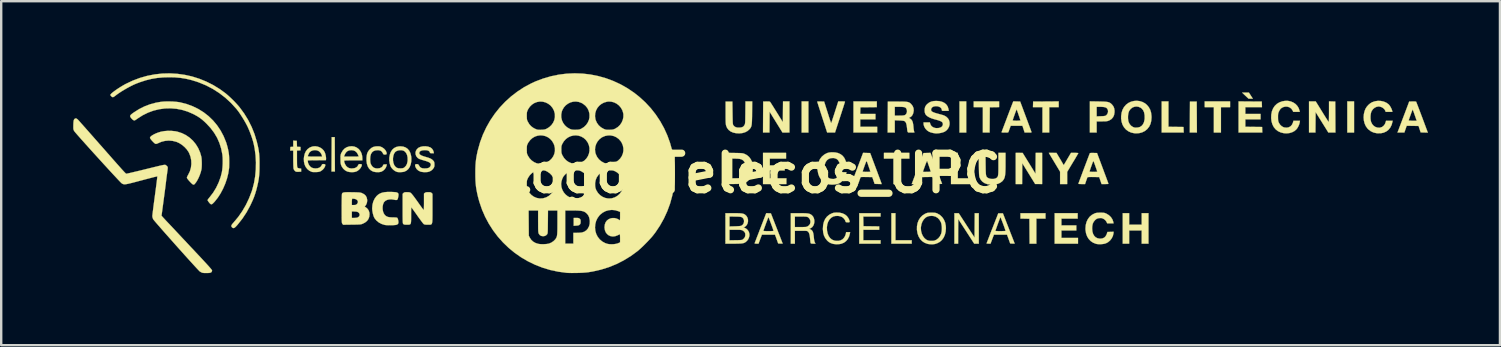
<source format=kicad_pcb>
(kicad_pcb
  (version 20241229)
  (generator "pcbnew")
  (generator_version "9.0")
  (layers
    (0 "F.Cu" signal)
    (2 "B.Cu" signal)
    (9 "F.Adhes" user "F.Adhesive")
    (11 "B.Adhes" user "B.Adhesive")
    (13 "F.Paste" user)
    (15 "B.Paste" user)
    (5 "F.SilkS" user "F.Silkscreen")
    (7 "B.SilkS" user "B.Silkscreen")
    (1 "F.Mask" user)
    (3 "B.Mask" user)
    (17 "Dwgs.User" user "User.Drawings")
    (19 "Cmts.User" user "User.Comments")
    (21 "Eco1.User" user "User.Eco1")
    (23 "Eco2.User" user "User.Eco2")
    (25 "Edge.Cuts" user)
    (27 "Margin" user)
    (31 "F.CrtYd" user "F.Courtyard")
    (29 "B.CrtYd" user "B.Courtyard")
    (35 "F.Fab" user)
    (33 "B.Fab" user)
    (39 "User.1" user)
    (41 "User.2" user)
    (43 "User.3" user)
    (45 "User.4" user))
  (footprint "Logo_Telecos_UPC"
    (layer "F.Cu")
    (at 28.217 4.166)
    (property "Reference" "Logo_Telecos_UPC" (at 0 0 0) (layer "F.SilkS") (effects (font (size 1.524 1.524) (thickness 0.3))))
    (attr through_hole)
    (fp_poly (pts (xy -17.314 -0.071) (xy -17.456 -0.071) (xy -17.448 -1.503) (xy -17.321 -1.503) (xy -17.314 -0.071)) (stroke (width 0.01) (type solid)) (fill yes) (layer "F.SilkS"))
    (fp_poly (pts (xy 2.413 -1.693) (xy 2.131 -1.693) (xy 2.131 -2.992) (xy 2.413 -2.992) (xy 2.413 -1.693)) (stroke (width 0.01) (type solid)) (fill yes) (layer "F.SilkS"))
    (fp_poly (pts (xy 8.989 -1.693) (xy 8.707 -1.693) (xy 8.707 -2.992) (xy 8.989 -2.992) (xy 8.989 -1.693)) (stroke (width 0.01) (type solid)) (fill yes) (layer "F.SilkS"))
    (fp_poly (pts (xy 25.146 -1.693) (xy 24.864 -1.693) (xy 24.864 -2.992) (xy 25.146 -2.992) (xy 25.146 -1.693)) (stroke (width 0.01) (type solid)) (fill yes) (layer "F.SilkS"))
    (fp_poly (pts (xy 6.04 2.794) (xy 6.717 2.794) (xy 6.717 2.935) (xy 5.87 2.935) (xy 5.87 1.665) (xy 6.04 1.665) (xy 6.04 2.794)) (stroke (width 0.01) (type solid)) (fill yes) (layer "F.SilkS"))
    (fp_poly (pts (xy 8.636 0.212) (xy 9.271 0.212) (xy 9.271 0.452) (xy 8.354 0.452) (xy 8.354 -0.847) (xy 8.636 -0.847) (xy 8.636 0.212)) (stroke (width 0.01) (type solid)) (fill yes) (layer "F.SilkS"))
    (fp_poly (pts (xy 18.595 -2.339) (xy 18.599 -1.693) (xy 18.302 -1.693) (xy 18.305 -2.339) (xy 18.309 -2.985) (xy 18.591 -2.985) (xy 18.595 -2.339)) (stroke (width 0.01) (type solid)) (fill yes) (layer "F.SilkS"))
    (fp_poly (pts (xy 17.413 -1.934) (xy 18.041 -1.926) (xy 18.045 -1.81) (xy 18.049 -1.693) (xy 17.131 -1.693) (xy 17.131 -2.992) (xy 17.413 -2.992) (xy 17.413 -1.934)) (stroke (width 0.01) (type solid)) (fill yes) (layer "F.SilkS"))
    (fp_poly (pts (xy 6.618 -0.607) (xy 6.237 -0.607) (xy 6.237 0.452) (xy 5.955 0.452) (xy 5.955 -0.607) (xy 5.56 -0.607) (xy 5.56 -0.847) (xy 6.618 -0.847) (xy 6.618 -0.607)) (stroke (width 0.01) (type solid)) (fill yes) (layer "F.SilkS"))
    (fp_poly (pts (xy 19.981 -2.752) (xy 19.6 -2.752) (xy 19.6 -1.693) (xy 19.304 -1.693) (xy 19.304 -2.752) (xy 18.923 -2.752) (xy 18.923 -2.992) (xy 19.981 -2.992) (xy 19.981 -2.752)) (stroke (width 0.01) (type solid)) (fill yes) (layer "F.SilkS"))
    (fp_poly (pts (xy 10.358 -2.752) (xy 10.164 -2.749) (xy 9.97 -2.745) (xy 9.966 -2.219) (xy 9.962 -1.693) (xy 9.68 -1.693) (xy 9.68 -2.752) (xy 9.299 -2.752) (xy 9.299 -2.992) (xy 10.358 -2.992) (xy 10.358 -2.752)) (stroke (width 0.01) (type solid)) (fill yes) (layer "F.SilkS"))
    (fp_poly (pts (xy 12.291 1.891) (xy 11.91 1.891) (xy 11.91 2.935) (xy 11.628 2.935) (xy 11.624 2.417) (xy 11.62 1.898) (xy 11.434 1.894) (xy 11.247 1.89) (xy 11.247 1.665) (xy 12.291 1.665) (xy 12.291 1.891)) (stroke (width 0.01) (type solid)) (fill yes) (layer "F.SilkS"))
    (fp_poly (pts (xy 12.841 -2.752) (xy 12.446 -2.752) (xy 12.446 -1.693) (xy 12.164 -1.693) (xy 12.164 -2.752) (xy 11.768 -2.752) (xy 11.772 -2.868) (xy 11.776 -2.985) (xy 12.308 -2.988) (xy 12.841 -2.992) (xy 12.841 -2.752)) (stroke (width 0.01) (type solid)) (fill yes) (layer "F.SilkS"))
    (fp_poly (pts (xy 20.821 -3.272) (xy 20.853 -3.222) (xy 20.883 -3.176) (xy 20.903 -3.145) (xy 20.93 -3.104) (xy 20.84 -3.105) (xy 20.75 -3.105) (xy 20.616 -3.231) (xy 20.482 -3.357) (xy 20.765 -3.358) (xy 20.821 -3.272)) (stroke (width 0.01) (type solid)) (fill yes) (layer "F.SilkS"))
    (fp_poly (pts (xy 1.482 -0.607) (xy 0.804 -0.607) (xy 0.804 -0.325) (xy 1.425 -0.325) (xy 1.425 -0.113) (xy 0.804 -0.113) (xy 0.804 0.212) (xy 1.496 0.212) (xy 1.496 0.452) (xy 0.522 0.452) (xy 0.522 -0.847) (xy 1.482 -0.847) (xy 1.482 -0.607)) (stroke (width 0.01) (type solid)) (fill yes) (layer "F.SilkS"))
    (fp_poly (pts (xy 13.631 1.891) (xy 12.954 1.891) (xy 12.954 2.173) (xy 13.575 2.173) (xy 13.575 2.385) (xy 12.954 2.385) (xy 12.954 2.695) (xy 13.645 2.695) (xy 13.645 2.935) (xy 12.672 2.935) (xy 12.672 1.665) (xy 13.631 1.665) (xy 13.631 1.891)) (stroke (width 0.01) (type solid)) (fill yes) (layer "F.SilkS"))
    (fp_poly (pts (xy 15.776 2.145) (xy 16.298 2.145) (xy 16.298 1.665) (xy 16.581 1.665) (xy 16.581 2.935) (xy 16.298 2.935) (xy 16.298 2.385) (xy 15.776 2.385) (xy 15.776 2.935) (xy 15.508 2.935) (xy 15.508 1.665) (xy 15.776 1.665) (xy 15.776 2.145)) (stroke (width 0.01) (type solid)) (fill yes) (layer "F.SilkS"))
    (fp_poly (pts (xy 5.419 1.806) (xy 4.698 1.806) (xy 4.706 2.208) (xy 5.034 2.212) (xy 5.362 2.216) (xy 5.362 2.357) (xy 4.699 2.357) (xy 4.699 2.794) (xy 5.419 2.794) (xy 5.419 2.935) (xy 4.53 2.935) (xy 4.53 1.665) (xy 5.419 1.665) (xy 5.419 1.806)) (stroke (width 0.01) (type solid)) (fill yes) (layer "F.SilkS"))
    (fp_poly (pts (xy 5.263 -2.752) (xy 4.921 -2.748) (xy 4.579 -2.745) (xy 4.575 -2.607) (xy 4.571 -2.469) (xy 5.207 -2.469) (xy 5.207 -2.244) (xy 4.572 -2.244) (xy 4.572 -1.933) (xy 5.278 -1.933) (xy 5.278 -1.693) (xy 4.29 -1.693) (xy 4.29 -2.992) (xy 5.263 -2.992) (xy 5.263 -2.752)) (stroke (width 0.01) (type solid)) (fill yes) (layer "F.SilkS"))
    (fp_poly (pts (xy 9.005 2.174) (xy 9.335 2.682) (xy 9.338 2.174) (xy 9.342 1.665) (xy 9.511 1.665) (xy 9.511 2.935) (xy 9.32 2.935) (xy 8.989 2.424) (xy 8.657 1.913) (xy 8.653 2.424) (xy 8.65 2.935) (xy 8.495 2.935) (xy 8.495 1.665) (xy 8.675 1.665) (xy 9.005 2.174)) (stroke (width 0.01) (type solid)) (fill yes) (layer "F.SilkS"))
    (fp_poly (pts (xy 12.15 0.452) (xy 12.005 0.451) (xy 11.86 0.451) (xy 11.592 0.017) (xy 11.324 -0.416) (xy 11.32 0.018) (xy 11.317 0.452) (xy 11.049 0.452) (xy 11.049 -0.847) (xy 11.338 -0.846) (xy 11.606 -0.413) (xy 11.874 0.021) (xy 11.878 -0.413) (xy 11.882 -0.847) (xy 12.15 -0.847) (xy 12.15 0.452)) (stroke (width 0.01) (type solid)) (fill yes) (layer "F.SilkS"))
    (fp_poly (pts (xy 20.817 -2.988) (xy 21.301 -2.985) (xy 21.305 -2.868) (xy 21.309 -2.752) (xy 20.616 -2.752) (xy 20.616 -2.469) (xy 21.251 -2.469) (xy 21.251 -2.244) (xy 20.616 -2.244) (xy 20.616 -1.934) (xy 20.966 -1.93) (xy 21.315 -1.926) (xy 21.319 -1.81) (xy 21.323 -1.693) (xy 20.334 -1.693) (xy 20.334 -2.992) (xy 20.817 -2.988)) (stroke (width 0.01) (type solid)) (fill yes) (layer "F.SilkS"))
    (fp_poly (pts (xy -7.204 1.864) (xy -7.166 1.869) (xy -7.138 1.88) (xy -7.116 1.897) (xy -7.094 1.919) (xy -7.082 1.944) (xy -7.077 1.98) (xy -7.077 2.016) (xy -7.079 2.068) (xy -7.086 2.101) (xy -7.102 2.127) (xy -7.114 2.14) (xy -7.138 2.16) (xy -7.166 2.172) (xy -7.205 2.18) (xy -7.259 2.184) (xy -7.366 2.191) (xy -7.366 1.863) (xy -7.261 1.863) (xy -7.204 1.864)) (stroke (width 0.01) (type solid)) (fill yes) (layer "F.SilkS"))
    (fp_poly (pts (xy 1.623 -1.693) (xy 1.478 -1.694) (xy 1.333 -1.694) (xy 0.797 -2.561) (xy 0.794 -2.127) (xy 0.79 -1.693) (xy 0.522 -1.693) (xy 0.525 -2.339) (xy 0.529 -2.985) (xy 0.664 -2.989) (xy 0.729 -2.99) (xy 0.772 -2.988) (xy 0.798 -2.983) (xy 0.815 -2.973) (xy 0.82 -2.967) (xy 0.833 -2.95) (xy 0.858 -2.911) (xy 0.894 -2.854) (xy 0.94 -2.782) (xy 0.992 -2.698) (xy 1.05 -2.606) (xy 1.095 -2.534) (xy 1.348 -2.126) (xy 1.351 -2.559) (xy 1.355 -2.992) (xy 1.623 -2.992) (xy 1.623 -1.693)) (stroke (width 0.01) (type solid)) (fill yes) (layer "F.SilkS"))
    (fp_poly (pts (xy 24.232 -2.989) (xy 24.363 -2.985) (xy 24.367 -2.339) (xy 24.37 -1.693) (xy 24.075 -1.693) (xy 23.81 -2.12) (xy 23.544 -2.547) (xy 23.541 -2.12) (xy 23.537 -1.693) (xy 23.269 -1.693) (xy 23.269 -2.992) (xy 23.549 -2.992) (xy 23.815 -2.562) (xy 23.876 -2.463) (xy 23.933 -2.372) (xy 23.984 -2.291) (xy 24.027 -2.224) (xy 24.06 -2.174) (xy 24.082 -2.142) (xy 24.091 -2.131) (xy 24.094 -2.145) (xy 24.096 -2.183) (xy 24.098 -2.243) (xy 24.1 -2.32) (xy 24.101 -2.412) (xy 24.102 -2.516) (xy 24.102 -2.562) (xy 24.102 -2.993) (xy 24.232 -2.989)) (stroke (width 0.01) (type solid)) (fill yes) (layer "F.SilkS"))
    (fp_poly (pts (xy 13.578 -0.846) (xy 13.624 -0.843) (xy 13.649 -0.838) (xy 13.656 -0.831) (xy 13.656 -0.829) (xy 13.647 -0.813) (xy 13.625 -0.776) (xy 13.593 -0.721) (xy 13.551 -0.65) (xy 13.503 -0.568) (xy 13.448 -0.478) (xy 13.421 -0.433) (xy 13.194 -0.055) (xy 13.194 0.452) (xy 12.898 0.452) (xy 12.898 0.194) (xy 12.898 -0.064) (xy 12.699 -0.395) (xy 12.645 -0.485) (xy 12.593 -0.571) (xy 12.547 -0.648) (xy 12.509 -0.712) (xy 12.48 -0.76) (xy 12.465 -0.786) (xy 12.429 -0.847) (xy 12.749 -0.846) (xy 12.9 -0.591) (xy 13.05 -0.335) (xy 13.201 -0.591) (xy 13.352 -0.847) (xy 13.507 -0.847) (xy 13.578 -0.846)) (stroke (width 0.01) (type solid)) (fill yes) (layer "F.SilkS"))
    (fp_poly (pts (xy -18.902 -1.348) (xy -18.898 -1.225) (xy -18.894 -1.102) (xy -18.82 -1.098) (xy -18.747 -1.094) (xy -18.747 -0.953) (xy -18.821 -0.948) (xy -18.895 -0.944) (xy -18.895 -0.602) (xy -18.894 -0.485) (xy -18.893 -0.394) (xy -18.891 -0.325) (xy -18.887 -0.278) (xy -18.882 -0.248) (xy -18.877 -0.235) (xy -18.851 -0.217) (xy -18.808 -0.203) (xy -18.79 -0.2) (xy -18.721 -0.191) (xy -18.721 -0.064) (xy -18.827 -0.059) (xy -18.884 -0.058) (xy -18.92 -0.061) (xy -18.947 -0.07) (xy -18.971 -0.087) (xy -18.977 -0.092) (xy -19.01 -0.13) (xy -19.034 -0.175) (xy -19.035 -0.181) (xy -19.04 -0.21) (xy -19.043 -0.262) (xy -19.046 -0.335) (xy -19.048 -0.422) (xy -19.05 -0.521) (xy -19.05 -0.589) (xy -19.05 -0.945) (xy -19.178 -0.945) (xy -19.174 -1.02) (xy -19.17 -1.094) (xy -19.11 -1.098) (xy -19.05 -1.102) (xy -19.05 -1.356) (xy -18.902 -1.348)) (stroke (width 0.01) (type solid)) (fill yes) (layer "F.SilkS"))
    (fp_poly (pts (xy 14.496 -2.988) (xy 14.622 -2.985) (xy 14.723 -2.982) (xy 14.804 -2.977) (xy 14.867 -2.969) (xy 14.918 -2.957) (xy 14.958 -2.942) (xy 14.993 -2.921) (xy 15.026 -2.895) (xy 15.059 -2.864) (xy 15.116 -2.791) (xy 15.152 -2.708) (xy 15.167 -2.611) (xy 15.166 -2.533) (xy 15.148 -2.425) (xy 15.108 -2.335) (xy 15.046 -2.262) (xy 14.961 -2.206) (xy 14.916 -2.186) (xy 14.882 -2.175) (xy 14.844 -2.167) (xy 14.797 -2.162) (xy 14.734 -2.16) (xy 14.649 -2.159) (xy 14.633 -2.159) (xy 14.422 -2.159) (xy 14.422 -1.693) (xy 14.139 -1.693) (xy 14.139 -2.367) (xy 14.422 -2.367) (xy 14.599 -2.374) (xy 14.677 -2.377) (xy 14.732 -2.382) (xy 14.77 -2.389) (xy 14.797 -2.398) (xy 14.814 -2.408) (xy 14.86 -2.457) (xy 14.888 -2.519) (xy 14.897 -2.585) (xy 14.884 -2.649) (xy 14.853 -2.7) (xy 14.818 -2.728) (xy 14.772 -2.747) (xy 14.708 -2.759) (xy 14.624 -2.765) (xy 14.566 -2.766) (xy 14.422 -2.766) (xy 14.422 -2.367) (xy 14.139 -2.367) (xy 14.139 -2.994) (xy 14.496 -2.988)) (stroke (width 0.01) (type solid)) (fill yes) (layer "F.SilkS"))
    (fp_poly (pts (xy 3.856 -2.991) (xy 3.903 -2.988) (xy 3.932 -2.984) (xy 3.938 -2.981) (xy 3.934 -2.966) (xy 3.921 -2.927) (xy 3.902 -2.866) (xy 3.877 -2.786) (xy 3.846 -2.69) (xy 3.811 -2.581) (xy 3.772 -2.461) (xy 3.73 -2.332) (xy 3.73 -2.332) (xy 3.521 -1.693) (xy 3.358 -1.693) (xy 3.195 -1.693) (xy 2.992 -2.318) (xy 2.951 -2.445) (xy 2.912 -2.565) (xy 2.877 -2.675) (xy 2.846 -2.771) (xy 2.82 -2.851) (xy 2.801 -2.913) (xy 2.788 -2.952) (xy 2.783 -2.967) (xy 2.782 -2.979) (xy 2.79 -2.986) (xy 2.811 -2.989) (xy 2.851 -2.99) (xy 2.913 -2.989) (xy 2.922 -2.989) (xy 3.068 -2.985) (xy 3.21 -2.536) (xy 3.244 -2.43) (xy 3.275 -2.332) (xy 3.303 -2.247) (xy 3.327 -2.176) (xy 3.344 -2.125) (xy 3.356 -2.095) (xy 3.359 -2.088) (xy 3.363 -2.095) (xy 3.372 -2.116) (xy 3.385 -2.152) (xy 3.404 -2.206) (xy 3.428 -2.28) (xy 3.459 -2.374) (xy 3.497 -2.491) (xy 3.542 -2.632) (xy 3.57 -2.72) (xy 3.657 -2.992) (xy 3.797 -2.992) (xy 3.856 -2.991)) (stroke (width 0.01) (type solid)) (fill yes) (layer "F.SilkS"))
    (fp_poly (pts (xy -0.688 -0.844) (xy -0.577 -0.842) (xy -0.49 -0.84) (xy -0.423 -0.838) (xy -0.372 -0.834) (xy -0.334 -0.83) (xy -0.303 -0.824) (xy -0.277 -0.816) (xy -0.253 -0.807) (xy -0.143 -0.75) (xy -0.053 -0.671) (xy 0.018 -0.573) (xy 0.063 -0.473) (xy 0.078 -0.411) (xy 0.089 -0.33) (xy 0.095 -0.239) (xy 0.096 -0.148) (xy 0.091 -0.067) (xy 0.085 -0.025) (xy 0.049 0.098) (xy -0.008 0.207) (xy -0.082 0.299) (xy -0.173 0.372) (xy -0.251 0.411) (xy -0.277 0.421) (xy -0.304 0.429) (xy -0.335 0.435) (xy -0.373 0.439) (xy -0.424 0.443) (xy -0.49 0.445) (xy -0.577 0.447) (xy -0.688 0.449) (xy -0.688 0.449) (xy -1.044 0.454) (xy -1.044 0.212) (xy -0.762 0.212) (xy -0.61 0.212) (xy -0.541 0.21) (xy -0.476 0.206) (xy -0.424 0.2) (xy -0.402 0.196) (xy -0.336 0.164) (xy -0.277 0.11) (xy -0.229 0.041) (xy -0.204 -0.021) (xy -0.186 -0.118) (xy -0.185 -0.223) (xy -0.199 -0.327) (xy -0.227 -0.418) (xy -0.235 -0.434) (xy -0.272 -0.496) (xy -0.316 -0.542) (xy -0.372 -0.575) (xy -0.443 -0.595) (xy -0.535 -0.605) (xy -0.617 -0.607) (xy -0.762 -0.607) (xy -0.762 0.212) (xy -1.044 0.212) (xy -1.044 -0.849) (xy -0.688 -0.844)) (stroke (width 0.01) (type solid)) (fill yes) (layer "F.SilkS"))
    (fp_poly (pts (xy 7.742 -0.202) (xy 7.983 0.445) (xy 7.841 0.449) (xy 7.763 0.449) (xy 7.713 0.445) (xy 7.691 0.437) (xy 7.69 0.437) (xy 7.681 0.417) (xy 7.666 0.377) (xy 7.647 0.324) (xy 7.634 0.288) (xy 7.588 0.155) (xy 7.347 0.158) (xy 7.105 0.162) (xy 7.055 0.303) (xy 7.004 0.445) (xy 6.861 0.449) (xy 6.717 0.453) (xy 6.753 0.357) (xy 6.765 0.323) (xy 6.787 0.266) (xy 6.816 0.189) (xy 6.851 0.096) (xy 6.891 -0.009) (xy 6.91 -0.06) (xy 7.183 -0.06) (xy 7.196 -0.059) (xy 7.232 -0.057) (xy 7.284 -0.057) (xy 7.345 -0.056) (xy 7.409 -0.057) (xy 7.461 -0.06) (xy 7.495 -0.063) (xy 7.507 -0.068) (xy 7.503 -0.085) (xy 7.491 -0.124) (xy 7.474 -0.178) (xy 7.453 -0.241) (xy 7.43 -0.309) (xy 7.407 -0.374) (xy 7.387 -0.433) (xy 7.371 -0.478) (xy 7.36 -0.505) (xy 7.358 -0.509) (xy 7.35 -0.502) (xy 7.335 -0.472) (xy 7.314 -0.423) (xy 7.288 -0.358) (xy 7.265 -0.295) (xy 7.238 -0.219) (xy 7.215 -0.154) (xy 7.197 -0.103) (xy 7.186 -0.07) (xy 7.183 -0.06) (xy 6.91 -0.06) (xy 6.934 -0.124) (xy 6.98 -0.245) (xy 6.997 -0.289) (xy 7.205 -0.84) (xy 7.5 -0.848) (xy 7.742 -0.202)) (stroke (width 0.01) (type solid)) (fill yes) (layer "F.SilkS"))
    (fp_poly (pts (xy 27.69 -2.987) (xy 27.722 -2.984) (xy 27.731 -2.981) (xy 27.738 -2.966) (xy 27.754 -2.927) (xy 27.777 -2.866) (xy 27.808 -2.787) (xy 27.844 -2.692) (xy 27.885 -2.584) (xy 27.93 -2.465) (xy 27.978 -2.338) (xy 27.981 -2.331) (xy 28.219 -1.692) (xy 28.07 -1.696) (xy 27.921 -1.7) (xy 27.876 -1.834) (xy 27.832 -1.968) (xy 27.585 -1.972) (xy 27.339 -1.976) (xy 27.29 -1.835) (xy 27.241 -1.693) (xy 27.098 -1.693) (xy 26.955 -1.693) (xy 27.149 -2.205) (xy 27.421 -2.205) (xy 27.425 -2.197) (xy 27.446 -2.192) (xy 27.487 -2.189) (xy 27.551 -2.187) (xy 27.585 -2.187) (xy 27.755 -2.187) (xy 27.675 -2.42) (xy 27.648 -2.496) (xy 27.625 -2.561) (xy 27.605 -2.612) (xy 27.592 -2.644) (xy 27.587 -2.653) (xy 27.58 -2.64) (xy 27.566 -2.605) (xy 27.546 -2.553) (xy 27.521 -2.487) (xy 27.504 -2.438) (xy 27.477 -2.364) (xy 27.454 -2.299) (xy 27.436 -2.247) (xy 27.424 -2.214) (xy 27.421 -2.205) (xy 27.149 -2.205) (xy 27.181 -2.29) (xy 27.228 -2.414) (xy 27.273 -2.532) (xy 27.314 -2.641) (xy 27.35 -2.737) (xy 27.38 -2.817) (xy 27.404 -2.88) (xy 27.419 -2.92) (xy 27.424 -2.935) (xy 27.442 -2.985) (xy 27.58 -2.989) (xy 27.641 -2.989) (xy 27.69 -2.987)) (stroke (width 0.01) (type solid)) (fill yes) (layer "F.SilkS"))
    (fp_poly (pts (xy 0.067 -2.515) (xy 0.066 -2.373) (xy 0.063 -2.256) (xy 0.06 -2.16) (xy 0.055 -2.084) (xy 0.049 -2.023) (xy 0.04 -1.974) (xy 0.027 -1.935) (xy 0.011 -1.902) (xy -0.008 -1.872) (xy -0.033 -1.842) (xy -0.044 -1.829) (xy -0.125 -1.758) (xy -0.225 -1.705) (xy -0.34 -1.672) (xy -0.468 -1.659) (xy -0.6 -1.666) (xy -0.725 -1.693) (xy -0.83 -1.74) (xy -0.913 -1.805) (xy -0.976 -1.888) (xy -1.013 -1.976) (xy -1.02 -2.001) (xy -1.025 -2.03) (xy -1.029 -2.067) (xy -1.033 -2.115) (xy -1.035 -2.177) (xy -1.036 -2.256) (xy -1.037 -2.356) (xy -1.037 -2.481) (xy -1.037 -2.519) (xy -1.037 -2.985) (xy -0.755 -2.985) (xy -0.748 -2.509) (xy -0.746 -2.381) (xy -0.744 -2.277) (xy -0.742 -2.196) (xy -0.74 -2.134) (xy -0.737 -2.087) (xy -0.733 -2.054) (xy -0.729 -2.031) (xy -0.723 -2.014) (xy -0.716 -2.001) (xy -0.711 -1.994) (xy -0.665 -1.946) (xy -0.611 -1.916) (xy -0.54 -1.901) (xy -0.478 -1.899) (xy -0.395 -1.905) (xy -0.332 -1.924) (xy -0.286 -1.957) (xy -0.25 -2.008) (xy -0.248 -2.011) (xy -0.24 -2.028) (xy -0.234 -2.046) (xy -0.228 -2.069) (xy -0.224 -2.1) (xy -0.221 -2.142) (xy -0.219 -2.198) (xy -0.217 -2.272) (xy -0.216 -2.367) (xy -0.214 -2.486) (xy -0.214 -2.529) (xy -0.209 -2.992) (xy 0.072 -2.992) (xy 0.067 -2.515)) (stroke (width 0.01) (type solid)) (fill yes) (layer "F.SilkS"))
    (fp_poly (pts (xy 26.264 -3.01) (xy 26.383 -2.984) (xy 26.492 -2.937) (xy 26.583 -2.872) (xy 26.627 -2.822) (xy 26.67 -2.754) (xy 26.707 -2.681) (xy 26.731 -2.613) (xy 26.734 -2.6) (xy 26.743 -2.554) (xy 26.464 -2.554) (xy 26.447 -2.602) (xy 26.41 -2.664) (xy 26.353 -2.717) (xy 26.282 -2.756) (xy 26.204 -2.777) (xy 26.169 -2.78) (xy 26.085 -2.766) (xy 26.005 -2.728) (xy 25.936 -2.67) (xy 25.882 -2.595) (xy 25.858 -2.539) (xy 25.841 -2.465) (xy 25.832 -2.375) (xy 25.832 -2.282) (xy 25.841 -2.196) (xy 25.856 -2.137) (xy 25.9 -2.047) (xy 25.962 -1.976) (xy 26.038 -1.926) (xy 26.125 -1.899) (xy 26.22 -1.898) (xy 26.232 -1.899) (xy 26.311 -1.926) (xy 26.378 -1.976) (xy 26.43 -2.046) (xy 26.462 -2.127) (xy 26.478 -2.187) (xy 26.754 -2.187) (xy 26.746 -2.141) (xy 26.711 -2.012) (xy 26.655 -1.901) (xy 26.58 -1.809) (xy 26.487 -1.738) (xy 26.379 -1.689) (xy 26.257 -1.663) (xy 26.123 -1.662) (xy 26.088 -1.666) (xy 25.958 -1.695) (xy 25.842 -1.749) (xy 25.74 -1.827) (xy 25.707 -1.861) (xy 25.636 -1.959) (xy 25.585 -2.073) (xy 25.554 -2.199) (xy 25.544 -2.331) (xy 25.555 -2.465) (xy 25.587 -2.596) (xy 25.627 -2.693) (xy 25.678 -2.772) (xy 25.747 -2.849) (xy 25.825 -2.914) (xy 25.897 -2.956) (xy 26.016 -2.997) (xy 26.14 -3.015) (xy 26.264 -3.01)) (stroke (width 0.01) (type solid)) (fill yes) (layer "F.SilkS"))
    (fp_poly (pts (xy 3.524 -0.867) (xy 3.646 -0.841) (xy 3.753 -0.792) (xy 3.841 -0.724) (xy 3.911 -0.636) (xy 3.96 -0.529) (xy 3.977 -0.469) (xy 3.99 -0.409) (xy 3.854 -0.41) (xy 3.718 -0.41) (xy 3.686 -0.479) (xy 3.64 -0.55) (xy 3.578 -0.599) (xy 3.498 -0.626) (xy 3.448 -0.633) (xy 3.348 -0.627) (xy 3.262 -0.598) (xy 3.192 -0.546) (xy 3.137 -0.472) (xy 3.1 -0.376) (xy 3.081 -0.261) (xy 3.08 -0.248) (xy 3.082 -0.122) (xy 3.103 -0.013) (xy 3.142 0.08) (xy 3.197 0.153) (xy 3.268 0.205) (xy 3.353 0.235) (xy 3.45 0.241) (xy 3.506 0.234) (xy 3.567 0.209) (xy 3.625 0.162) (xy 3.673 0.099) (xy 3.708 0.025) (xy 3.717 -0.004) (xy 3.726 -0.042) (xy 3.997 -0.042) (xy 3.988 0.014) (xy 3.958 0.126) (xy 3.905 0.23) (xy 3.835 0.319) (xy 3.75 0.391) (xy 3.662 0.437) (xy 3.578 0.46) (xy 3.481 0.473) (xy 3.381 0.476) (xy 3.289 0.467) (xy 3.247 0.458) (xy 3.125 0.41) (xy 3.02 0.341) (xy 2.933 0.252) (xy 2.867 0.145) (xy 2.821 0.021) (xy 2.797 -0.117) (xy 2.794 -0.195) (xy 2.806 -0.342) (xy 2.84 -0.475) (xy 2.897 -0.592) (xy 2.974 -0.692) (xy 3.072 -0.774) (xy 3.156 -0.822) (xy 3.208 -0.844) (xy 3.256 -0.858) (xy 3.309 -0.866) (xy 3.38 -0.872) (xy 3.386 -0.872) (xy 3.524 -0.867)) (stroke (width 0.01) (type solid)) (fill yes) (layer "F.SilkS"))
    (fp_poly (pts (xy 9.795 -0.385) (xy 9.797 -0.248) (xy 9.799 -0.137) (xy 9.802 -0.048) (xy 9.806 0.022) (xy 9.813 0.075) (xy 9.823 0.115) (xy 9.836 0.144) (xy 9.853 0.166) (xy 9.875 0.184) (xy 9.903 0.2) (xy 9.92 0.209) (xy 9.979 0.229) (xy 10.05 0.239) (xy 10.123 0.238) (xy 10.189 0.226) (xy 10.239 0.204) (xy 10.24 0.204) (xy 10.263 0.186) (xy 10.282 0.168) (xy 10.297 0.146) (xy 10.308 0.119) (xy 10.316 0.081) (xy 10.322 0.032) (xy 10.326 -0.033) (xy 10.328 -0.116) (xy 10.329 -0.221) (xy 10.329 -0.351) (xy 10.329 -0.385) (xy 10.329 -0.847) (xy 10.626 -0.847) (xy 10.625 -0.42) (xy 10.625 -0.274) (xy 10.623 -0.153) (xy 10.619 -0.054) (xy 10.614 0.027) (xy 10.606 0.092) (xy 10.595 0.146) (xy 10.582 0.192) (xy 10.564 0.232) (xy 10.548 0.263) (xy 10.488 0.337) (xy 10.404 0.398) (xy 10.317 0.439) (xy 10.244 0.459) (xy 10.153 0.471) (xy 10.054 0.476) (xy 9.959 0.472) (xy 9.876 0.459) (xy 9.871 0.458) (xy 9.76 0.418) (xy 9.668 0.358) (xy 9.597 0.28) (xy 9.547 0.186) (xy 9.545 0.18) (xy 9.538 0.157) (xy 9.532 0.13) (xy 9.528 0.097) (xy 9.524 0.054) (xy 9.521 -0.001) (xy 9.519 -0.074) (xy 9.517 -0.165) (xy 9.515 -0.28) (xy 9.514 -0.37) (xy 9.509 -0.847) (xy 9.791 -0.847) (xy 9.795 -0.385)) (stroke (width 0.01) (type solid)) (fill yes) (layer "F.SilkS"))
    (fp_poly (pts (xy -14.468 -1.108) (xy -14.367 -1.072) (xy -14.283 -1.014) (xy -14.216 -0.934) (xy -14.168 -0.834) (xy -14.138 -0.714) (xy -14.129 -0.628) (xy -14.132 -0.492) (xy -14.154 -0.371) (xy -14.195 -0.265) (xy -14.253 -0.177) (xy -14.328 -0.11) (xy -14.418 -0.065) (xy -14.419 -0.064) (xy -14.47 -0.053) (xy -14.537 -0.046) (xy -14.61 -0.044) (xy -14.677 -0.046) (xy -14.728 -0.054) (xy -14.732 -0.056) (xy -14.811 -0.092) (xy -14.887 -0.148) (xy -14.951 -0.218) (xy -14.991 -0.284) (xy -15.03 -0.4) (xy -15.049 -0.528) (xy -15.047 -0.631) (xy -14.894 -0.631) (xy -14.894 -0.532) (xy -14.879 -0.436) (xy -14.848 -0.35) (xy -14.834 -0.325) (xy -14.786 -0.264) (xy -14.731 -0.224) (xy -14.662 -0.204) (xy -14.575 -0.201) (xy -14.517 -0.204) (xy -14.477 -0.211) (xy -14.447 -0.223) (xy -14.416 -0.245) (xy -14.412 -0.248) (xy -14.352 -0.311) (xy -14.312 -0.388) (xy -14.289 -0.482) (xy -14.283 -0.542) (xy -14.286 -0.656) (xy -14.307 -0.756) (xy -14.345 -0.839) (xy -14.398 -0.902) (xy -14.46 -0.94) (xy -14.531 -0.958) (xy -14.61 -0.959) (xy -14.689 -0.945) (xy -14.758 -0.917) (xy -14.806 -0.879) (xy -14.85 -0.812) (xy -14.879 -0.727) (xy -14.894 -0.631) (xy -15.047 -0.631) (xy -15.046 -0.658) (xy -15.023 -0.783) (xy -14.985 -0.885) (xy -14.926 -0.977) (xy -14.85 -1.046) (xy -14.758 -1.093) (xy -14.65 -1.117) (xy -14.584 -1.12) (xy -14.468 -1.108)) (stroke (width 0.01) (type solid)) (fill yes) (layer "F.SilkS"))
    (fp_poly (pts (xy 16.218 -3.003) (xy 16.333 -2.967) (xy 16.439 -2.91) (xy 16.517 -2.844) (xy 16.596 -2.749) (xy 16.653 -2.643) (xy 16.689 -2.525) (xy 16.706 -2.389) (xy 16.708 -2.328) (xy 16.697 -2.182) (xy 16.665 -2.053) (xy 16.61 -1.94) (xy 16.533 -1.842) (xy 16.525 -1.834) (xy 16.427 -1.756) (xy 16.314 -1.7) (xy 16.189 -1.668) (xy 16.055 -1.66) (xy 15.988 -1.665) (xy 15.857 -1.694) (xy 15.742 -1.746) (xy 15.643 -1.819) (xy 15.562 -1.911) (xy 15.5 -2.02) (xy 15.46 -2.144) (xy 15.441 -2.282) (xy 15.442 -2.293) (xy 15.728 -2.293) (xy 15.736 -2.202) (xy 15.752 -2.137) (xy 15.797 -2.045) (xy 15.861 -1.973) (xy 15.941 -1.922) (xy 15.995 -1.903) (xy 16.048 -1.898) (xy 16.114 -1.901) (xy 16.179 -1.912) (xy 16.22 -1.925) (xy 16.293 -1.97) (xy 16.351 -2.038) (xy 16.393 -2.126) (xy 16.417 -2.232) (xy 16.422 -2.284) (xy 16.42 -2.416) (xy 16.4 -2.529) (xy 16.36 -2.622) (xy 16.301 -2.693) (xy 16.251 -2.73) (xy 16.162 -2.768) (xy 16.071 -2.779) (xy 15.983 -2.765) (xy 15.902 -2.729) (xy 15.832 -2.671) (xy 15.777 -2.594) (xy 15.76 -2.556) (xy 15.74 -2.48) (xy 15.729 -2.389) (xy 15.728 -2.293) (xy 15.442 -2.293) (xy 15.442 -2.378) (xy 15.461 -2.521) (xy 15.501 -2.647) (xy 15.562 -2.756) (xy 15.645 -2.852) (xy 15.648 -2.855) (xy 15.746 -2.928) (xy 15.856 -2.98) (xy 15.975 -3.009) (xy 16.097 -3.017) (xy 16.218 -3.003)) (stroke (width 0.01) (type solid)) (fill yes) (layer "F.SilkS"))
    (fp_poly (pts (xy 22.396 -3.013) (xy 22.51 -2.99) (xy 22.614 -2.946) (xy 22.705 -2.885) (xy 22.781 -2.806) (xy 22.839 -2.711) (xy 22.872 -2.612) (xy 22.885 -2.554) (xy 22.613 -2.554) (xy 22.585 -2.613) (xy 22.536 -2.684) (xy 22.47 -2.736) (xy 22.393 -2.767) (xy 22.309 -2.776) (xy 22.222 -2.763) (xy 22.139 -2.726) (xy 22.137 -2.724) (xy 22.096 -2.693) (xy 22.063 -2.654) (xy 22.031 -2.599) (xy 22.025 -2.587) (xy 22.004 -2.543) (xy 21.991 -2.507) (xy 21.983 -2.471) (xy 21.979 -2.426) (xy 21.978 -2.365) (xy 21.978 -2.336) (xy 21.979 -2.262) (xy 21.982 -2.209) (xy 21.989 -2.168) (xy 22.001 -2.131) (xy 22.012 -2.106) (xy 22.061 -2.025) (xy 22.128 -1.96) (xy 22.205 -1.917) (xy 22.246 -1.905) (xy 22.344 -1.897) (xy 22.429 -1.914) (xy 22.502 -1.956) (xy 22.559 -2.02) (xy 22.599 -2.106) (xy 22.605 -2.127) (xy 22.621 -2.187) (xy 22.892 -2.187) (xy 22.883 -2.121) (xy 22.864 -2.046) (xy 22.831 -1.964) (xy 22.788 -1.886) (xy 22.742 -1.825) (xy 22.662 -1.756) (xy 22.564 -1.705) (xy 22.452 -1.672) (xy 22.333 -1.659) (xy 22.224 -1.666) (xy 22.091 -1.698) (xy 21.976 -1.752) (xy 21.879 -1.827) (xy 21.801 -1.921) (xy 21.743 -2.035) (xy 21.706 -2.165) (xy 21.692 -2.294) (xy 21.697 -2.443) (xy 21.723 -2.578) (xy 21.772 -2.699) (xy 21.84 -2.802) (xy 21.928 -2.887) (xy 22.034 -2.951) (xy 22.156 -2.995) (xy 22.277 -3.015) (xy 22.396 -3.013)) (stroke (width 0.01) (type solid)) (fill yes) (layer "F.SilkS"))
    (fp_poly (pts (xy 0.85 1.672) (xy 1.095 2.3) (xy 1.144 2.426) (xy 1.19 2.544) (xy 1.232 2.65) (xy 1.268 2.744) (xy 1.298 2.821) (xy 1.321 2.88) (xy 1.335 2.918) (xy 1.34 2.932) (xy 1.34 2.932) (xy 1.328 2.934) (xy 1.294 2.934) (xy 1.247 2.932) (xy 1.154 2.928) (xy 1.088 2.745) (xy 1.021 2.561) (xy 0.476 2.561) (xy 0.405 2.748) (xy 0.335 2.935) (xy 0.251 2.935) (xy 0.204 2.934) (xy 0.18 2.93) (xy 0.173 2.921) (xy 0.175 2.91) (xy 0.182 2.893) (xy 0.198 2.851) (xy 0.222 2.789) (xy 0.253 2.708) (xy 0.29 2.612) (xy 0.332 2.504) (xy 0.371 2.404) (xy 0.536 2.404) (xy 0.55 2.407) (xy 0.586 2.41) (xy 0.641 2.412) (xy 0.71 2.413) (xy 0.749 2.413) (xy 0.833 2.413) (xy 0.893 2.411) (xy 0.931 2.408) (xy 0.952 2.403) (xy 0.957 2.396) (xy 0.957 2.394) (xy 0.947 2.362) (xy 0.931 2.312) (xy 0.909 2.249) (xy 0.883 2.178) (xy 0.856 2.104) (xy 0.828 2.03) (xy 0.802 1.961) (xy 0.779 1.903) (xy 0.76 1.859) (xy 0.749 1.835) (xy 0.746 1.832) (xy 0.739 1.847) (xy 0.724 1.884) (xy 0.704 1.938) (xy 0.679 2.004) (xy 0.651 2.078) (xy 0.624 2.154) (xy 0.597 2.228) (xy 0.573 2.295) (xy 0.554 2.349) (xy 0.541 2.387) (xy 0.536 2.404) (xy 0.371 2.404) (xy 0.378 2.385) (xy 0.42 2.275) (xy 0.656 1.665) (xy 0.85 1.672)) (stroke (width 0.01) (type solid)) (fill yes) (layer "F.SilkS"))
    (fp_poly (pts (xy 10.761 2.3) (xy 10.81 2.426) (xy 10.856 2.544) (xy 10.898 2.65) (xy 10.934 2.744) (xy 10.964 2.821) (xy 10.987 2.88) (xy 11.001 2.918) (xy 11.007 2.932) (xy 11.007 2.932) (xy 10.994 2.934) (xy 10.96 2.934) (xy 10.913 2.932) (xy 10.82 2.928) (xy 10.754 2.745) (xy 10.687 2.561) (xy 10.142 2.561) (xy 10.071 2.748) (xy 10.001 2.935) (xy 9.918 2.935) (xy 9.874 2.933) (xy 9.845 2.929) (xy 9.836 2.925) (xy 9.841 2.91) (xy 9.856 2.871) (xy 9.879 2.812) (xy 9.909 2.734) (xy 9.945 2.64) (xy 9.986 2.533) (xy 10.032 2.415) (xy 10.036 2.406) (xy 10.202 2.406) (xy 10.216 2.408) (xy 10.252 2.41) (xy 10.307 2.412) (xy 10.376 2.413) (xy 10.414 2.413) (xy 10.488 2.412) (xy 10.55 2.411) (xy 10.597 2.408) (xy 10.622 2.405) (xy 10.626 2.403) (xy 10.621 2.383) (xy 10.608 2.344) (xy 10.589 2.288) (xy 10.566 2.222) (xy 10.539 2.149) (xy 10.511 2.074) (xy 10.484 2.002) (xy 10.458 1.937) (xy 10.437 1.884) (xy 10.421 1.847) (xy 10.413 1.832) (xy 10.412 1.831) (xy 10.405 1.847) (xy 10.391 1.883) (xy 10.37 1.937) (xy 10.345 2.004) (xy 10.318 2.077) (xy 10.29 2.153) (xy 10.264 2.227) (xy 10.24 2.294) (xy 10.22 2.35) (xy 10.207 2.388) (xy 10.202 2.406) (xy 10.202 2.406) (xy 10.036 2.406) (xy 10.08 2.293) (xy 10.323 1.672) (xy 10.516 1.672) (xy 10.761 2.3)) (stroke (width 0.01) (type solid)) (fill yes) (layer "F.SilkS"))
    (fp_poly (pts (xy -15.482 -1.12) (xy -15.438 -1.114) (xy -15.398 -1.101) (xy -15.352 -1.079) (xy -15.342 -1.074) (xy -15.265 -1.02) (xy -15.206 -0.954) (xy -15.169 -0.881) (xy -15.161 -0.853) (xy -15.158 -0.81) (xy -15.17 -0.787) (xy -15.203 -0.777) (xy -15.231 -0.776) (xy -15.268 -0.778) (xy -15.29 -0.789) (xy -15.308 -0.815) (xy -15.318 -0.836) (xy -15.357 -0.897) (xy -15.408 -0.936) (xy -15.477 -0.956) (xy -15.535 -0.959) (xy -15.632 -0.949) (xy -15.71 -0.919) (xy -15.77 -0.867) (xy -15.813 -0.795) (xy -15.838 -0.701) (xy -15.846 -0.585) (xy -15.844 -0.539) (xy -15.84 -0.472) (xy -15.832 -0.424) (xy -15.818 -0.383) (xy -15.796 -0.34) (xy -15.795 -0.338) (xy -15.744 -0.269) (xy -15.681 -0.224) (xy -15.603 -0.201) (xy -15.548 -0.198) (xy -15.459 -0.207) (xy -15.387 -0.235) (xy -15.334 -0.279) (xy -15.304 -0.335) (xy -15.294 -0.354) (xy -15.275 -0.364) (xy -15.238 -0.367) (xy -15.223 -0.367) (xy -15.152 -0.367) (xy -15.162 -0.314) (xy -15.189 -0.24) (xy -15.236 -0.169) (xy -15.299 -0.109) (xy -15.37 -0.067) (xy -15.393 -0.059) (xy -15.463 -0.046) (xy -15.546 -0.043) (xy -15.631 -0.049) (xy -15.705 -0.064) (xy -15.727 -0.071) (xy -15.817 -0.12) (xy -15.89 -0.191) (xy -15.945 -0.282) (xy -15.981 -0.391) (xy -15.998 -0.519) (xy -15.998 -0.63) (xy -15.989 -0.733) (xy -15.972 -0.815) (xy -15.944 -0.883) (xy -15.903 -0.945) (xy -15.874 -0.979) (xy -15.801 -1.047) (xy -15.724 -1.091) (xy -15.635 -1.114) (xy -15.543 -1.121) (xy -15.482 -1.12)) (stroke (width 0.01) (type solid)) (fill yes) (layer "F.SilkS"))
    (fp_poly (pts (xy 14.649 1.645) (xy 14.7 1.647) (xy 14.739 1.653) (xy 14.774 1.663) (xy 14.813 1.679) (xy 14.833 1.688) (xy 14.934 1.75) (xy 15.017 1.83) (xy 15.078 1.923) (xy 15.115 2.026) (xy 15.118 2.043) (xy 15.126 2.088) (xy 14.862 2.088) (xy 14.83 2.023) (xy 14.786 1.961) (xy 14.723 1.91) (xy 14.65 1.877) (xy 14.625 1.87) (xy 14.582 1.868) (xy 14.528 1.872) (xy 14.496 1.877) (xy 14.445 1.891) (xy 14.405 1.913) (xy 14.362 1.949) (xy 14.35 1.961) (xy 14.295 2.029) (xy 14.259 2.108) (xy 14.239 2.204) (xy 14.234 2.3) (xy 14.243 2.42) (xy 14.271 2.522) (xy 14.317 2.606) (xy 14.379 2.669) (xy 14.457 2.709) (xy 14.55 2.727) (xy 14.569 2.728) (xy 14.66 2.717) (xy 14.735 2.685) (xy 14.793 2.629) (xy 14.837 2.55) (xy 14.852 2.507) (xy 14.869 2.448) (xy 15 2.444) (xy 15.131 2.44) (xy 15.122 2.515) (xy 15.097 2.618) (xy 15.047 2.716) (xy 14.979 2.804) (xy 14.895 2.875) (xy 14.805 2.922) (xy 14.725 2.944) (xy 14.629 2.956) (xy 14.53 2.959) (xy 14.438 2.951) (xy 14.394 2.942) (xy 14.274 2.895) (xy 14.172 2.826) (xy 14.088 2.737) (xy 14.024 2.631) (xy 13.98 2.508) (xy 13.958 2.37) (xy 13.956 2.304) (xy 13.967 2.16) (xy 14.001 2.029) (xy 14.056 1.914) (xy 14.13 1.815) (xy 14.223 1.736) (xy 14.332 1.678) (xy 14.375 1.662) (xy 14.417 1.653) (xy 14.466 1.647) (xy 14.531 1.645) (xy 14.577 1.644) (xy 14.649 1.645)) (stroke (width 0.01) (type solid)) (fill yes) (layer "F.SilkS"))
    (fp_poly (pts (xy 4.838 -0.844) (xy 4.986 -0.84) (xy 5.216 -0.226) (xy 5.264 -0.1) (xy 5.308 0.019) (xy 5.348 0.127) (xy 5.384 0.223) (xy 5.413 0.303) (xy 5.436 0.364) (xy 5.45 0.405) (xy 5.456 0.42) (xy 5.464 0.453) (xy 5.172 0.445) (xy 5.073 0.162) (xy 4.831 0.158) (xy 4.743 0.157) (xy 4.679 0.157) (xy 4.635 0.158) (xy 4.607 0.161) (xy 4.592 0.166) (xy 4.583 0.174) (xy 4.579 0.185) (xy 4.578 0.187) (xy 4.569 0.214) (xy 4.553 0.26) (xy 4.533 0.316) (xy 4.527 0.335) (xy 4.485 0.452) (xy 4.343 0.452) (xy 4.276 0.451) (xy 4.234 0.448) (xy 4.212 0.442) (xy 4.208 0.434) (xy 4.214 0.418) (xy 4.23 0.377) (xy 4.253 0.316) (xy 4.283 0.236) (xy 4.318 0.141) (xy 4.359 0.032) (xy 4.397 -0.067) (xy 4.671 -0.067) (xy 4.684 -0.063) (xy 4.72 -0.059) (xy 4.773 -0.057) (xy 4.833 -0.056) (xy 4.897 -0.057) (xy 4.949 -0.058) (xy 4.984 -0.059) (xy 4.995 -0.061) (xy 4.991 -0.077) (xy 4.979 -0.114) (xy 4.962 -0.167) (xy 4.94 -0.23) (xy 4.917 -0.296) (xy 4.895 -0.362) (xy 4.874 -0.421) (xy 4.857 -0.467) (xy 4.846 -0.495) (xy 4.844 -0.501) (xy 4.837 -0.503) (xy 4.826 -0.49) (xy 4.81 -0.457) (xy 4.788 -0.402) (xy 4.759 -0.324) (xy 4.751 -0.301) (xy 4.724 -0.226) (xy 4.702 -0.161) (xy 4.684 -0.109) (xy 4.673 -0.076) (xy 4.671 -0.067) (xy 4.397 -0.067) (xy 4.404 -0.087) (xy 4.452 -0.214) (xy 4.453 -0.216) (xy 4.691 -0.848) (xy 4.838 -0.844)) (stroke (width 0.01) (type solid)) (fill yes) (layer "F.SilkS"))
    (fp_poly (pts (xy -24.115 -1.763) (xy -23.964 -1.748) (xy -23.869 -1.728) (xy -23.688 -1.669) (xy -23.52 -1.586) (xy -23.366 -1.48) (xy -23.229 -1.354) (xy -23.11 -1.209) (xy -23.01 -1.046) (xy -22.932 -0.868) (xy -22.881 -0.694) (xy -22.871 -0.635) (xy -22.865 -0.556) (xy -22.861 -0.466) (xy -22.86 -0.371) (xy -22.863 -0.281) (xy -22.868 -0.203) (xy -22.875 -0.152) (xy -22.903 -0.041) (xy -22.943 0.075) (xy -22.991 0.188) (xy -23.044 0.292) (xy -23.1 0.382) (xy -23.155 0.45) (xy -23.159 0.454) (xy -23.182 0.472) (xy -23.206 0.477) (xy -23.234 0.467) (xy -23.27 0.44) (xy -23.317 0.395) (xy -23.36 0.349) (xy -23.42 0.282) (xy -23.46 0.23) (xy -23.479 0.195) (xy -23.481 0.186) (xy -23.474 0.159) (xy -23.455 0.116) (xy -23.429 0.067) (xy -23.424 0.059) (xy -23.356 -0.08) (xy -23.313 -0.229) (xy -23.294 -0.383) (xy -23.3 -0.539) (xy -23.331 -0.691) (xy -23.387 -0.837) (xy -23.414 -0.888) (xy -23.487 -0.993) (xy -23.581 -1.093) (xy -23.688 -1.183) (xy -23.803 -1.256) (xy -23.914 -1.306) (xy -24.072 -1.346) (xy -24.232 -1.36) (xy -24.391 -1.347) (xy -24.545 -1.308) (xy -24.655 -1.261) (xy -24.717 -1.233) (xy -24.761 -1.221) (xy -24.787 -1.222) (xy -24.814 -1.237) (xy -24.851 -1.268) (xy -24.894 -1.31) (xy -24.938 -1.357) (xy -24.976 -1.403) (xy -25.005 -1.444) (xy -25.019 -1.472) (xy -25.019 -1.476) (xy -25.006 -1.508) (xy -24.969 -1.546) (xy -24.913 -1.585) (xy -24.841 -1.625) (xy -24.757 -1.664) (xy -24.665 -1.698) (xy -24.569 -1.727) (xy -24.562 -1.729) (xy -24.424 -1.754) (xy -24.271 -1.766) (xy -24.115 -1.763)) (stroke (width 0.01) (type solid)) (fill yes) (layer "F.SilkS"))
    (fp_poly (pts (xy -14.937 0.781) (xy -14.854 0.786) (xy -14.794 0.79) (xy -14.752 0.797) (xy -14.724 0.805) (xy -14.704 0.816) (xy -14.704 0.816) (xy -14.68 0.837) (xy -14.668 0.86) (xy -14.664 0.893) (xy -14.668 0.942) (xy -14.676 0.989) (xy -14.69 1.055) (xy -14.708 1.096) (xy -14.737 1.115) (xy -14.781 1.117) (xy -14.844 1.106) (xy -14.845 1.105) (xy -14.954 1.089) (xy -15.054 1.092) (xy -15.143 1.114) (xy -15.215 1.153) (xy -15.269 1.208) (xy -15.278 1.223) (xy -15.31 1.304) (xy -15.326 1.397) (xy -15.326 1.493) (xy -15.311 1.587) (xy -15.28 1.672) (xy -15.236 1.739) (xy -15.229 1.747) (xy -15.183 1.785) (xy -15.132 1.812) (xy -15.069 1.83) (xy -14.989 1.839) (xy -14.893 1.841) (xy -14.809 1.843) (xy -14.751 1.848) (xy -14.719 1.857) (xy -14.715 1.86) (xy -14.701 1.882) (xy -14.686 1.924) (xy -14.675 1.97) (xy -14.667 2.039) (xy -14.673 2.088) (xy -14.695 2.122) (xy -14.735 2.144) (xy -14.738 2.146) (xy -14.778 2.155) (xy -14.84 2.161) (xy -14.915 2.166) (xy -14.998 2.168) (xy -15.082 2.167) (xy -15.158 2.164) (xy -15.221 2.158) (xy -15.249 2.153) (xy -15.372 2.113) (xy -15.482 2.055) (xy -15.576 1.98) (xy -15.65 1.892) (xy -15.686 1.829) (xy -15.713 1.754) (xy -15.737 1.663) (xy -15.754 1.568) (xy -15.762 1.48) (xy -15.762 1.463) (xy -15.75 1.317) (xy -15.716 1.183) (xy -15.66 1.063) (xy -15.585 0.96) (xy -15.579 0.954) (xy -15.512 0.893) (xy -15.436 0.846) (xy -15.349 0.812) (xy -15.246 0.791) (xy -15.125 0.78) (xy -14.982 0.78) (xy -14.937 0.781)) (stroke (width 0.01) (type solid)) (fill yes) (layer "F.SilkS"))
    (fp_poly (pts (xy 3.71 1.644) (xy 3.829 1.671) (xy 3.931 1.718) (xy 4.015 1.785) (xy 4.079 1.871) (xy 4.113 1.946) (xy 4.129 1.996) (xy 4.132 2.026) (xy 4.119 2.041) (xy 4.085 2.046) (xy 4.051 2.046) (xy 4.005 2.045) (xy 3.979 2.04) (xy 3.966 2.029) (xy 3.959 2.007) (xy 3.93 1.94) (xy 3.88 1.877) (xy 3.817 1.827) (xy 3.815 1.826) (xy 3.739 1.795) (xy 3.65 1.779) (xy 3.557 1.78) (xy 3.471 1.797) (xy 3.446 1.806) (xy 3.359 1.858) (xy 3.289 1.932) (xy 3.235 2.024) (xy 3.199 2.132) (xy 3.183 2.252) (xy 3.188 2.383) (xy 3.189 2.393) (xy 3.215 2.517) (xy 3.259 2.621) (xy 3.32 2.705) (xy 3.396 2.767) (xy 3.488 2.805) (xy 3.568 2.819) (xy 3.666 2.818) (xy 3.75 2.799) (xy 3.825 2.76) (xy 3.836 2.752) (xy 3.89 2.698) (xy 3.935 2.627) (xy 3.966 2.547) (xy 3.974 2.513) (xy 3.983 2.455) (xy 4.151 2.455) (xy 4.141 2.515) (xy 4.108 2.636) (xy 4.055 2.741) (xy 3.982 2.828) (xy 3.893 2.895) (xy 3.787 2.938) (xy 3.775 2.942) (xy 3.672 2.959) (xy 3.561 2.96) (xy 3.456 2.947) (xy 3.433 2.942) (xy 3.341 2.911) (xy 3.267 2.869) (xy 3.2 2.812) (xy 3.187 2.797) (xy 3.113 2.702) (xy 3.061 2.596) (xy 3.029 2.475) (xy 3.016 2.336) (xy 3.016 2.307) (xy 3.027 2.156) (xy 3.059 2.022) (xy 3.111 1.907) (xy 3.185 1.81) (xy 3.279 1.732) (xy 3.34 1.698) (xy 3.396 1.672) (xy 3.442 1.655) (xy 3.489 1.646) (xy 3.549 1.641) (xy 3.577 1.639) (xy 3.71 1.644)) (stroke (width 0.01) (type solid)) (fill yes) (layer "F.SilkS"))
    (fp_poly (pts (xy 6.247 -2.984) (xy 6.351 -2.983) (xy 6.434 -2.98) (xy 6.5 -2.975) (xy 6.552 -2.966) (xy 6.592 -2.954) (xy 6.626 -2.938) (xy 6.655 -2.917) (xy 6.684 -2.89) (xy 6.699 -2.875) (xy 6.759 -2.796) (xy 6.793 -2.706) (xy 6.801 -2.608) (xy 6.782 -2.506) (xy 6.773 -2.479) (xy 6.739 -2.409) (xy 6.695 -2.359) (xy 6.642 -2.326) (xy 6.603 -2.306) (xy 6.656 -2.271) (xy 6.701 -2.234) (xy 6.735 -2.186) (xy 6.76 -2.122) (xy 6.777 -2.039) (xy 6.788 -1.944) (xy 6.794 -1.875) (xy 6.802 -1.814) (xy 6.81 -1.766) (xy 6.815 -1.743) (xy 6.826 -1.714) (xy 6.83 -1.699) (xy 6.817 -1.697) (xy 6.781 -1.695) (xy 6.73 -1.694) (xy 6.69 -1.693) (xy 6.633 -1.693) (xy 6.593 -1.694) (xy 6.566 -1.702) (xy 6.549 -1.719) (xy 6.538 -1.75) (xy 6.53 -1.8) (xy 6.523 -1.871) (xy 6.519 -1.904) (xy 6.505 -2.003) (xy 6.486 -2.077) (xy 6.46 -2.129) (xy 6.427 -2.163) (xy 6.411 -2.173) (xy 6.378 -2.182) (xy 6.32 -2.19) (xy 6.245 -2.196) (xy 6.191 -2.198) (xy 6.011 -2.205) (xy 6.011 -1.693) (xy 5.715 -1.693) (xy 5.718 -2.339) (xy 5.721 -2.766) (xy 6.011 -2.766) (xy 6.011 -2.399) (xy 6.195 -2.399) (xy 6.29 -2.4) (xy 6.36 -2.405) (xy 6.408 -2.413) (xy 6.429 -2.42) (xy 6.475 -2.453) (xy 6.506 -2.506) (xy 6.519 -2.573) (xy 6.519 -2.582) (xy 6.514 -2.626) (xy 6.5 -2.672) (xy 6.499 -2.675) (xy 6.48 -2.708) (xy 6.454 -2.732) (xy 6.416 -2.749) (xy 6.362 -2.759) (xy 6.288 -2.764) (xy 6.195 -2.766) (xy 6.011 -2.766) (xy 5.721 -2.766) (xy 5.722 -2.985) (xy 6.117 -2.985) (xy 6.247 -2.984)) (stroke (width 0.01) (type solid)) (fill yes) (layer "F.SilkS"))
    (fp_poly (pts (xy 7.542 1.644) (xy 7.617 1.645) (xy 7.672 1.648) (xy 7.712 1.654) (xy 7.747 1.663) (xy 7.784 1.678) (xy 7.792 1.682) (xy 7.9 1.747) (xy 7.989 1.832) (xy 8.059 1.936) (xy 8.109 2.055) (xy 8.136 2.19) (xy 8.142 2.292) (xy 8.131 2.438) (xy 8.098 2.569) (xy 8.046 2.685) (xy 7.974 2.784) (xy 7.884 2.863) (xy 7.777 2.92) (xy 7.688 2.949) (xy 7.606 2.96) (xy 7.513 2.961) (xy 7.42 2.952) (xy 7.366 2.941) (xy 7.25 2.896) (xy 7.15 2.829) (xy 7.067 2.74) (xy 7.003 2.633) (xy 6.959 2.508) (xy 6.935 2.366) (xy 6.934 2.349) (xy 6.935 2.299) (xy 7.098 2.299) (xy 7.108 2.415) (xy 7.138 2.524) (xy 7.184 2.621) (xy 7.245 2.703) (xy 7.318 2.766) (xy 7.386 2.799) (xy 7.449 2.814) (xy 7.527 2.82) (xy 7.604 2.818) (xy 7.664 2.808) (xy 7.75 2.77) (xy 7.828 2.708) (xy 7.892 2.628) (xy 7.939 2.533) (xy 7.952 2.491) (xy 7.966 2.415) (xy 7.972 2.327) (xy 7.97 2.235) (xy 7.96 2.147) (xy 7.944 2.074) (xy 7.934 2.046) (xy 7.876 1.944) (xy 7.803 1.866) (xy 7.717 1.812) (xy 7.619 1.783) (xy 7.551 1.778) (xy 7.461 1.783) (xy 7.39 1.799) (xy 7.327 1.829) (xy 7.292 1.853) (xy 7.219 1.926) (xy 7.161 2.019) (xy 7.121 2.126) (xy 7.1 2.244) (xy 7.098 2.299) (xy 6.935 2.299) (xy 6.936 2.209) (xy 6.961 2.077) (xy 7.007 1.957) (xy 7.074 1.852) (xy 7.16 1.764) (xy 7.263 1.696) (xy 7.277 1.689) (xy 7.32 1.67) (xy 7.355 1.657) (xy 7.39 1.649) (xy 7.433 1.646) (xy 7.492 1.644) (xy 7.542 1.644)) (stroke (width 0.01) (type solid)) (fill yes) (layer "F.SilkS"))
    (fp_poly (pts (xy 2.147 1.666) (xy 2.247 1.668) (xy 2.326 1.671) (xy 2.388 1.678) (xy 2.437 1.687) (xy 2.477 1.7) (xy 2.511 1.717) (xy 2.543 1.739) (xy 2.548 1.742) (xy 2.603 1.8) (xy 2.64 1.872) (xy 2.659 1.953) (xy 2.661 2.036) (xy 2.645 2.118) (xy 2.613 2.192) (xy 2.565 2.253) (xy 2.502 2.295) (xy 2.498 2.297) (xy 2.448 2.318) (xy 2.491 2.336) (xy 2.537 2.362) (xy 2.572 2.397) (xy 2.599 2.446) (xy 2.618 2.512) (xy 2.632 2.601) (xy 2.639 2.672) (xy 2.65 2.771) (xy 2.665 2.844) (xy 2.679 2.88) (xy 2.706 2.935) (xy 2.61 2.935) (xy 2.557 2.934) (xy 2.526 2.929) (xy 2.51 2.919) (xy 2.505 2.91) (xy 2.5 2.887) (xy 2.494 2.842) (xy 2.488 2.783) (xy 2.483 2.728) (xy 2.471 2.622) (xy 2.454 2.541) (xy 2.432 2.481) (xy 2.402 2.439) (xy 2.388 2.427) (xy 2.373 2.417) (xy 2.355 2.409) (xy 2.329 2.404) (xy 2.29 2.401) (xy 2.235 2.4) (xy 2.158 2.399) (xy 2.101 2.399) (xy 1.849 2.399) (xy 1.849 2.935) (xy 1.679 2.935) (xy 1.679 1.806) (xy 1.849 1.806) (xy 1.849 2.244) (xy 2.085 2.244) (xy 2.174 2.243) (xy 2.239 2.242) (xy 2.287 2.24) (xy 2.322 2.235) (xy 2.349 2.228) (xy 2.373 2.217) (xy 2.384 2.212) (xy 2.442 2.168) (xy 2.48 2.11) (xy 2.497 2.044) (xy 2.493 1.976) (xy 2.468 1.911) (xy 2.422 1.855) (xy 2.4 1.838) (xy 2.382 1.827) (xy 2.362 1.818) (xy 2.337 1.813) (xy 2.301 1.809) (xy 2.251 1.807) (xy 2.181 1.806) (xy 2.1 1.806) (xy 1.849 1.806) (xy 1.679 1.806) (xy 1.679 1.665) (xy 2.023 1.665) (xy 2.147 1.666)) (stroke (width 0.01) (type solid)) (fill yes) (layer "F.SilkS"))
    (fp_poly (pts (xy -18.03 -1.107) (xy -17.934 -1.071) (xy -17.85 -1.016) (xy -17.78 -0.944) (xy -17.737 -0.87) (xy -17.715 -0.807) (xy -17.697 -0.734) (xy -17.686 -0.662) (xy -17.683 -0.602) (xy -17.684 -0.593) (xy -17.688 -0.543) (xy -18.443 -0.536) (xy -18.443 -0.493) (xy -18.433 -0.432) (xy -18.404 -0.363) (xy -18.363 -0.299) (xy -18.304 -0.245) (xy -18.227 -0.211) (xy -18.131 -0.198) (xy -18.122 -0.198) (xy -18.03 -0.207) (xy -17.954 -0.235) (xy -17.898 -0.279) (xy -17.863 -0.338) (xy -17.851 -0.365) (xy -17.832 -0.377) (xy -17.799 -0.381) (xy -17.785 -0.381) (xy -17.739 -0.376) (xy -17.716 -0.359) (xy -17.714 -0.326) (xy -17.723 -0.292) (xy -17.762 -0.214) (xy -17.822 -0.145) (xy -17.896 -0.091) (xy -17.936 -0.071) (xy -17.973 -0.059) (xy -18.016 -0.052) (xy -18.074 -0.048) (xy -18.105 -0.047) (xy -18.167 -0.046) (xy -18.223 -0.048) (xy -18.263 -0.052) (xy -18.274 -0.055) (xy -18.377 -0.102) (xy -18.462 -0.171) (xy -18.53 -0.258) (xy -18.577 -0.361) (xy -18.603 -0.478) (xy -18.608 -0.607) (xy -18.6 -0.687) (xy -18.595 -0.709) (xy -18.443 -0.709) (xy -18.437 -0.703) (xy -18.415 -0.698) (xy -18.376 -0.695) (xy -18.317 -0.693) (xy -18.234 -0.692) (xy -18.145 -0.691) (xy -17.847 -0.691) (xy -17.856 -0.737) (xy -17.879 -0.798) (xy -17.92 -0.859) (xy -17.973 -0.91) (xy -17.999 -0.927) (xy -18.069 -0.953) (xy -18.148 -0.961) (xy -18.228 -0.951) (xy -18.301 -0.925) (xy -18.358 -0.883) (xy -18.361 -0.88) (xy -18.382 -0.851) (xy -18.405 -0.808) (xy -18.426 -0.763) (xy -18.44 -0.725) (xy -18.443 -0.709) (xy -18.595 -0.709) (xy -18.571 -0.812) (xy -18.523 -0.915) (xy -18.457 -0.999) (xy -18.37 -1.064) (xy -18.33 -1.084) (xy -18.233 -1.116) (xy -18.131 -1.123) (xy -18.03 -1.107)) (stroke (width 0.01) (type solid)) (fill yes) (layer "F.SilkS"))
    (fp_poly (pts (xy 11.236 -2.985) (xy 11.465 -2.37) (xy 11.512 -2.244) (xy 11.556 -2.126) (xy 11.596 -2.017) (xy 11.632 -1.922) (xy 11.661 -1.842) (xy 11.684 -1.78) (xy 11.699 -1.74) (xy 11.704 -1.725) (xy 11.708 -1.711) (xy 11.704 -1.702) (xy 11.689 -1.696) (xy 11.657 -1.694) (xy 11.604 -1.693) (xy 11.568 -1.693) (xy 11.422 -1.693) (xy 11.329 -1.976) (xy 10.84 -1.976) (xy 10.801 -1.866) (xy 10.781 -1.811) (xy 10.764 -1.762) (xy 10.752 -1.729) (xy 10.751 -1.725) (xy 10.744 -1.711) (xy 10.732 -1.701) (xy 10.71 -1.696) (xy 10.672 -1.694) (xy 10.612 -1.693) (xy 10.596 -1.693) (xy 10.532 -1.694) (xy 10.491 -1.696) (xy 10.469 -1.7) (xy 10.461 -1.707) (xy 10.463 -1.718) (xy 10.463 -1.718) (xy 10.47 -1.736) (xy 10.486 -1.778) (xy 10.509 -1.84) (xy 10.54 -1.92) (xy 10.576 -2.016) (xy 10.616 -2.123) (xy 10.646 -2.2) (xy 10.922 -2.2) (xy 10.935 -2.195) (xy 10.971 -2.191) (xy 11.024 -2.188) (xy 11.084 -2.187) (xy 11.148 -2.188) (xy 11.2 -2.191) (xy 11.235 -2.195) (xy 11.247 -2.2) (xy 11.242 -2.216) (xy 11.23 -2.254) (xy 11.212 -2.308) (xy 11.19 -2.374) (xy 11.165 -2.446) (xy 11.139 -2.52) (xy 11.115 -2.59) (xy 11.097 -2.639) (xy 11.089 -2.653) (xy 11.079 -2.641) (xy 11.078 -2.639) (xy 11.069 -2.617) (xy 11.053 -2.576) (xy 11.032 -2.521) (xy 11.009 -2.456) (xy 10.985 -2.389) (xy 10.962 -2.324) (xy 10.943 -2.268) (xy 10.929 -2.225) (xy 10.922 -2.202) (xy 10.922 -2.2) (xy 10.646 -2.2) (xy 10.661 -2.24) (xy 10.689 -2.316) (xy 10.736 -2.439) (xy 10.78 -2.555) (xy 10.82 -2.661) (xy 10.856 -2.755) (xy 10.886 -2.833) (xy 10.909 -2.892) (xy 10.923 -2.93) (xy 10.928 -2.941) (xy 10.949 -2.993) (xy 11.236 -2.985)) (stroke (width 0.01) (type solid)) (fill yes) (layer "F.SilkS"))
    (fp_poly (pts (xy 14.291 -0.844) (xy 14.438 -0.84) (xy 14.67 -0.219) (xy 14.717 -0.093) (xy 14.761 0.026) (xy 14.802 0.134) (xy 14.837 0.23) (xy 14.867 0.31) (xy 14.889 0.371) (xy 14.904 0.411) (xy 14.909 0.427) (xy 14.911 0.438) (xy 14.903 0.445) (xy 14.881 0.449) (xy 14.841 0.451) (xy 14.777 0.452) (xy 14.772 0.452) (xy 14.626 0.452) (xy 14.577 0.307) (xy 14.527 0.162) (xy 14.289 0.158) (xy 14.195 0.157) (xy 14.127 0.158) (xy 14.08 0.161) (xy 14.052 0.165) (xy 14.039 0.172) (xy 14.038 0.173) (xy 14.029 0.193) (xy 14.014 0.234) (xy 13.995 0.287) (xy 13.983 0.321) (xy 13.939 0.452) (xy 13.798 0.452) (xy 13.734 0.451) (xy 13.693 0.449) (xy 13.671 0.445) (xy 13.662 0.438) (xy 13.663 0.427) (xy 13.669 0.41) (xy 13.684 0.371) (xy 13.706 0.311) (xy 13.735 0.234) (xy 13.769 0.143) (xy 13.807 0.041) (xy 13.848 -0.069) (xy 13.848 -0.069) (xy 14.125 -0.069) (xy 14.138 -0.064) (xy 14.174 -0.06) (xy 14.227 -0.057) (xy 14.289 -0.056) (xy 14.36 -0.057) (xy 14.406 -0.059) (xy 14.433 -0.062) (xy 14.445 -0.069) (xy 14.445 -0.078) (xy 14.437 -0.098) (xy 14.423 -0.139) (xy 14.403 -0.198) (xy 14.379 -0.267) (xy 14.363 -0.312) (xy 14.333 -0.398) (xy 14.309 -0.458) (xy 14.292 -0.494) (xy 14.281 -0.506) (xy 14.278 -0.503) (xy 14.269 -0.482) (xy 14.253 -0.441) (xy 14.233 -0.386) (xy 14.21 -0.322) (xy 14.186 -0.255) (xy 14.164 -0.191) (xy 14.145 -0.135) (xy 14.132 -0.093) (xy 14.125 -0.071) (xy 14.125 -0.069) (xy 13.848 -0.069) (xy 13.891 -0.184) (xy 13.935 -0.3) (xy 13.979 -0.415) (xy 14.02 -0.525) (xy 14.059 -0.628) (xy 14.094 -0.72) (xy 14.124 -0.799) (xy 14.136 -0.829) (xy 14.147 -0.838) (xy 14.176 -0.843) (xy 14.226 -0.845) (xy 14.291 -0.844)) (stroke (width 0.01) (type solid)) (fill yes) (layer "F.SilkS"))
    (fp_poly (pts (xy -16.501 -1.109) (xy -16.407 -1.069) (xy -16.325 -1.009) (xy -16.258 -0.93) (xy -16.208 -0.834) (xy -16.179 -0.723) (xy -16.171 -0.625) (xy -16.171 -0.536) (xy -16.544 -0.536) (xy -16.667 -0.536) (xy -16.768 -0.534) (xy -16.845 -0.532) (xy -16.897 -0.528) (xy -16.924 -0.524) (xy -16.926 -0.522) (xy -16.929 -0.495) (xy -16.92 -0.453) (xy -16.902 -0.402) (xy -16.877 -0.352) (xy -16.85 -0.309) (xy -16.841 -0.297) (xy -16.784 -0.245) (xy -16.723 -0.214) (xy -16.65 -0.199) (xy -16.603 -0.198) (xy -16.507 -0.208) (xy -16.431 -0.237) (xy -16.374 -0.286) (xy -16.342 -0.342) (xy -16.327 -0.368) (xy -16.304 -0.379) (xy -16.274 -0.381) (xy -16.223 -0.377) (xy -16.197 -0.365) (xy -16.192 -0.338) (xy -16.204 -0.293) (xy -16.206 -0.287) (xy -16.245 -0.216) (xy -16.304 -0.15) (xy -16.373 -0.096) (xy -16.433 -0.067) (xy -16.514 -0.048) (xy -16.609 -0.043) (xy -16.705 -0.049) (xy -16.79 -0.068) (xy -16.805 -0.073) (xy -16.891 -0.12) (xy -16.966 -0.188) (xy -17.025 -0.272) (xy -17.047 -0.318) (xy -17.062 -0.358) (xy -17.071 -0.396) (xy -17.077 -0.44) (xy -17.08 -0.497) (xy -17.081 -0.575) (xy -17.081 -0.586) (xy -17.081 -0.663) (xy -17.08 -0.691) (xy -16.935 -0.691) (xy -16.631 -0.691) (xy -16.542 -0.692) (xy -16.463 -0.692) (xy -16.398 -0.693) (xy -16.352 -0.695) (xy -16.329 -0.696) (xy -16.327 -0.697) (xy -16.334 -0.729) (xy -16.353 -0.774) (xy -16.379 -0.822) (xy -16.406 -0.862) (xy -16.415 -0.873) (xy -16.473 -0.921) (xy -16.538 -0.949) (xy -16.618 -0.959) (xy -16.634 -0.96) (xy -16.724 -0.949) (xy -16.797 -0.917) (xy -16.854 -0.862) (xy -16.878 -0.825) (xy -16.901 -0.78) (xy -16.919 -0.741) (xy -16.926 -0.723) (xy -16.935 -0.691) (xy -17.08 -0.691) (xy -17.079 -0.719) (xy -17.075 -0.76) (xy -17.067 -0.793) (xy -17.055 -0.826) (xy -17.045 -0.847) (xy -16.984 -0.95) (xy -16.909 -1.028) (xy -16.819 -1.083) (xy -16.719 -1.114) (xy -16.606 -1.124) (xy -16.501 -1.109)) (stroke (width 0.01) (type solid)) (fill yes) (layer "F.SilkS"))
    (fp_poly (pts (xy -0.723 1.666) (xy -0.602 1.666) (xy -0.504 1.668) (xy -0.428 1.671) (xy -0.368 1.677) (xy -0.322 1.685) (xy -0.285 1.696) (xy -0.254 1.71) (xy -0.224 1.729) (xy -0.222 1.731) (xy -0.163 1.788) (xy -0.124 1.858) (xy -0.104 1.936) (xy -0.104 2.017) (xy -0.122 2.095) (xy -0.159 2.165) (xy -0.214 2.221) (xy -0.244 2.239) (xy -0.289 2.263) (xy -0.24 2.278) (xy -0.184 2.306) (xy -0.129 2.354) (xy -0.085 2.412) (xy -0.059 2.473) (xy -0.059 2.473) (xy -0.046 2.533) (xy -0.044 2.582) (xy -0.052 2.635) (xy -0.065 2.682) (xy -0.093 2.749) (xy -0.139 2.81) (xy -0.153 2.824) (xy -0.187 2.856) (xy -0.22 2.88) (xy -0.257 2.9) (xy -0.3 2.914) (xy -0.355 2.924) (xy -0.424 2.93) (xy -0.511 2.933) (xy -0.621 2.935) (xy -0.708 2.935) (xy -1.044 2.935) (xy -1.044 2.357) (xy -0.875 2.357) (xy -0.875 2.796) (xy -0.615 2.791) (xy -0.522 2.79) (xy -0.453 2.787) (xy -0.403 2.784) (xy -0.368 2.78) (xy -0.344 2.774) (xy -0.327 2.765) (xy -0.316 2.758) (xy -0.258 2.702) (xy -0.226 2.639) (xy -0.216 2.587) (xy -0.22 2.51) (xy -0.249 2.449) (xy -0.301 2.401) (xy -0.324 2.388) (xy -0.349 2.377) (xy -0.374 2.368) (xy -0.405 2.363) (xy -0.446 2.359) (xy -0.503 2.357) (xy -0.579 2.357) (xy -0.631 2.357) (xy -0.875 2.357) (xy -1.044 2.357) (xy -1.044 2.219) (xy -0.875 2.219) (xy -0.646 2.213) (xy -0.552 2.209) (xy -0.483 2.205) (xy -0.433 2.2) (xy -0.397 2.192) (xy -0.371 2.183) (xy -0.37 2.182) (xy -0.318 2.141) (xy -0.285 2.087) (xy -0.27 2.026) (xy -0.272 1.962) (xy -0.291 1.904) (xy -0.328 1.856) (xy -0.381 1.825) (xy -0.416 1.818) (xy -0.475 1.812) (xy -0.552 1.809) (xy -0.643 1.807) (xy -0.653 1.807) (xy -0.875 1.806) (xy -0.875 2.219) (xy -1.044 2.219) (xy -1.044 1.665) (xy -0.723 1.666)) (stroke (width 0.01) (type solid)) (fill yes) (layer "F.SilkS"))
    (fp_poly (pts (xy -13.438 -1.109) (xy -13.345 -1.077) (xy -13.334 -1.072) (xy -13.276 -1.028) (xy -13.23 -0.966) (xy -13.202 -0.895) (xy -13.2 -0.885) (xy -13.191 -0.833) (xy -13.269 -0.833) (xy -13.314 -0.834) (xy -13.339 -0.839) (xy -13.353 -0.854) (xy -13.361 -0.874) (xy -13.386 -0.914) (xy -13.429 -0.941) (xy -13.493 -0.956) (xy -13.568 -0.96) (xy -13.662 -0.953) (xy -13.732 -0.934) (xy -13.776 -0.903) (xy -13.788 -0.884) (xy -13.8 -0.843) (xy -13.794 -0.807) (xy -13.768 -0.775) (xy -13.721 -0.745) (xy -13.65 -0.715) (xy -13.553 -0.684) (xy -13.52 -0.675) (xy -13.429 -0.648) (xy -13.359 -0.622) (xy -13.306 -0.597) (xy -13.263 -0.567) (xy -13.224 -0.531) (xy -13.223 -0.53) (xy -13.196 -0.499) (xy -13.18 -0.471) (xy -13.172 -0.434) (xy -13.168 -0.383) (xy -13.167 -0.322) (xy -13.173 -0.277) (xy -13.189 -0.236) (xy -13.192 -0.229) (xy -13.241 -0.161) (xy -13.31 -0.103) (xy -13.39 -0.064) (xy -13.39 -0.064) (xy -13.458 -0.049) (xy -13.542 -0.043) (xy -13.63 -0.046) (xy -13.712 -0.057) (xy -13.756 -0.069) (xy -13.842 -0.113) (xy -13.91 -0.176) (xy -13.956 -0.257) (xy -13.971 -0.306) (xy -13.973 -0.348) (xy -13.955 -0.371) (xy -13.915 -0.379) (xy -13.891 -0.378) (xy -13.855 -0.372) (xy -13.831 -0.354) (xy -13.809 -0.318) (xy -13.772 -0.263) (xy -13.727 -0.226) (xy -13.667 -0.205) (xy -13.588 -0.198) (xy -13.569 -0.198) (xy -13.481 -0.203) (xy -13.415 -0.219) (xy -13.367 -0.25) (xy -13.333 -0.295) (xy -13.331 -0.299) (xy -13.315 -0.35) (xy -13.324 -0.395) (xy -13.357 -0.434) (xy -13.416 -0.47) (xy -13.502 -0.502) (xy -13.525 -0.509) (xy -13.623 -0.537) (xy -13.698 -0.56) (xy -13.754 -0.578) (xy -13.795 -0.594) (xy -13.826 -0.61) (xy -13.85 -0.625) (xy -13.867 -0.639) (xy -13.921 -0.703) (xy -13.95 -0.776) (xy -13.957 -0.853) (xy -13.94 -0.928) (xy -13.901 -0.997) (xy -13.84 -1.054) (xy -13.828 -1.062) (xy -13.744 -1.099) (xy -13.646 -1.119) (xy -13.541 -1.122) (xy -13.438 -1.109)) (stroke (width 0.01) (type solid)) (fill yes) (layer "F.SilkS"))
    (fp_poly (pts (xy 7.866 -3.003) (xy 7.981 -2.976) (xy 8.078 -2.93) (xy 8.155 -2.867) (xy 8.211 -2.788) (xy 8.244 -2.694) (xy 8.25 -2.663) (xy 8.259 -2.596) (xy 8.116 -2.596) (xy 8.051 -2.597) (xy 8.01 -2.598) (xy 7.986 -2.602) (xy 7.976 -2.61) (xy 7.973 -2.622) (xy 7.973 -2.628) (xy 7.96 -2.684) (xy 7.923 -2.731) (xy 7.867 -2.766) (xy 7.796 -2.787) (xy 7.712 -2.792) (xy 7.705 -2.791) (xy 7.626 -2.777) (xy 7.571 -2.747) (xy 7.536 -2.701) (xy 7.53 -2.683) (xy 7.523 -2.644) (xy 7.528 -2.61) (xy 7.548 -2.581) (xy 7.586 -2.554) (xy 7.643 -2.529) (xy 7.723 -2.502) (xy 7.828 -2.473) (xy 7.846 -2.468) (xy 7.934 -2.445) (xy 8.001 -2.426) (xy 8.051 -2.409) (xy 8.09 -2.392) (xy 8.125 -2.372) (xy 8.16 -2.349) (xy 8.165 -2.345) (xy 8.229 -2.282) (xy 8.272 -2.207) (xy 8.293 -2.123) (xy 8.294 -2.036) (xy 8.275 -1.949) (xy 8.236 -1.868) (xy 8.179 -1.796) (xy 8.103 -1.738) (xy 8.079 -1.725) (xy 8.007 -1.698) (xy 7.918 -1.676) (xy 7.825 -1.662) (xy 7.738 -1.658) (xy 7.698 -1.66) (xy 7.602 -1.676) (xy 7.513 -1.699) (xy 7.441 -1.727) (xy 7.437 -1.729) (xy 7.358 -1.782) (xy 7.292 -1.85) (xy 7.244 -1.928) (xy 7.216 -2.01) (xy 7.211 -2.057) (xy 7.211 -2.117) (xy 7.473 -2.117) (xy 7.489 -2.055) (xy 7.521 -1.988) (xy 7.574 -1.935) (xy 7.643 -1.898) (xy 7.726 -1.879) (xy 7.816 -1.88) (xy 7.881 -1.892) (xy 7.949 -1.921) (xy 7.993 -1.965) (xy 8.014 -2.021) (xy 8.015 -2.04) (xy 8.011 -2.078) (xy 7.998 -2.11) (xy 7.972 -2.137) (xy 7.931 -2.163) (xy 7.871 -2.188) (xy 7.791 -2.214) (xy 7.686 -2.242) (xy 7.648 -2.252) (xy 7.54 -2.286) (xy 7.445 -2.328) (xy 7.368 -2.375) (xy 7.312 -2.426) (xy 7.303 -2.438) (xy 7.279 -2.479) (xy 7.265 -2.519) (xy 7.257 -2.571) (xy 7.255 -2.598) (xy 7.258 -2.691) (xy 7.278 -2.767) (xy 7.318 -2.834) (xy 7.364 -2.882) (xy 7.441 -2.942) (xy 7.526 -2.982) (xy 7.625 -3.004) (xy 7.733 -3.011) (xy 7.866 -3.003)) (stroke (width 0.01) (type solid)) (fill yes) (layer "F.SilkS"))
    (fp_poly (pts (xy -13.368 0.791) (xy -13.332 0.796) (xy -13.307 0.806) (xy -13.285 0.824) (xy -13.25 0.859) (xy -13.25 1.465) (xy -13.25 1.621) (xy -13.25 1.752) (xy -13.251 1.859) (xy -13.253 1.945) (xy -13.257 2.011) (xy -13.264 2.062) (xy -13.274 2.098) (xy -13.289 2.122) (xy -13.308 2.136) (xy -13.333 2.143) (xy -13.363 2.146) (xy -13.401 2.145) (xy -13.443 2.145) (xy -13.511 2.144) (xy -13.557 2.14) (xy -13.589 2.132) (xy -13.613 2.12) (xy -13.615 2.118) (xy -13.633 2.099) (xy -13.664 2.061) (xy -13.706 2.006) (xy -13.757 1.937) (xy -13.815 1.858) (xy -13.876 1.772) (xy -13.885 1.758) (xy -13.945 1.673) (xy -14 1.596) (xy -14.048 1.53) (xy -14.087 1.478) (xy -14.114 1.442) (xy -14.128 1.426) (xy -14.129 1.426) (xy -14.132 1.439) (xy -14.134 1.477) (xy -14.137 1.535) (xy -14.138 1.609) (xy -14.139 1.697) (xy -14.139 1.757) (xy -14.139 1.872) (xy -14.14 1.961) (xy -14.143 2.029) (xy -14.15 2.077) (xy -14.162 2.11) (xy -14.181 2.13) (xy -14.208 2.141) (xy -14.243 2.144) (xy -14.29 2.145) (xy -14.316 2.145) (xy -14.377 2.144) (xy -14.418 2.14) (xy -14.444 2.132) (xy -14.463 2.118) (xy -14.464 2.117) (xy -14.471 2.109) (xy -14.476 2.099) (xy -14.481 2.084) (xy -14.484 2.062) (xy -14.487 2.03) (xy -14.489 1.986) (xy -14.49 1.926) (xy -14.491 1.849) (xy -14.492 1.751) (xy -14.492 1.631) (xy -14.492 1.485) (xy -14.492 0.859) (xy -14.457 0.825) (xy -14.437 0.807) (xy -14.413 0.797) (xy -14.379 0.792) (xy -14.327 0.79) (xy -14.311 0.79) (xy -14.25 0.792) (xy -14.207 0.797) (xy -14.175 0.809) (xy -14.152 0.822) (xy -14.129 0.844) (xy -14.092 0.888) (xy -14.042 0.951) (xy -13.982 1.031) (xy -13.913 1.127) (xy -13.864 1.195) (xy -13.803 1.282) (xy -13.747 1.36) (xy -13.698 1.427) (xy -13.659 1.481) (xy -13.63 1.518) (xy -13.615 1.536) (xy -13.614 1.537) (xy -13.611 1.524) (xy -13.608 1.486) (xy -13.606 1.428) (xy -13.604 1.353) (xy -13.603 1.265) (xy -13.603 1.193) (xy -13.603 0.849) (xy -13.566 0.819) (xy -13.539 0.803) (xy -13.506 0.794) (xy -13.457 0.791) (xy -13.424 0.79) (xy -13.368 0.791)) (stroke (width 0.01) (type solid)) (fill yes) (layer "F.SilkS"))
    (fp_poly (pts (xy -24.065 -2.985) (xy -23.932 -2.975) (xy -23.814 -2.961) (xy -23.757 -2.95) (xy -23.491 -2.882) (xy -23.239 -2.789) (xy -23.002 -2.674) (xy -22.781 -2.536) (xy -22.577 -2.377) (xy -22.391 -2.197) (xy -22.225 -1.999) (xy -22.078 -1.781) (xy -21.953 -1.547) (xy -21.85 -1.296) (xy -21.832 -1.242) (xy -21.797 -1.121) (xy -21.765 -0.992) (xy -21.741 -0.865) (xy -21.726 -0.752) (xy -21.726 -0.748) (xy -21.722 -0.681) (xy -21.719 -0.596) (xy -21.717 -0.502) (xy -21.717 -0.406) (xy -21.719 -0.317) (xy -21.721 -0.243) (xy -21.724 -0.205) (xy -21.756 0.005) (xy -21.809 0.219) (xy -21.882 0.433) (xy -21.972 0.641) (xy -22.076 0.838) (xy -22.193 1.02) (xy -22.32 1.18) (xy -22.35 1.213) (xy -22.396 1.259) (xy -22.429 1.286) (xy -22.456 1.296) (xy -22.481 1.291) (xy -22.496 1.283) (xy -22.52 1.263) (xy -22.55 1.229) (xy -22.58 1.19) (xy -22.605 1.153) (xy -22.619 1.126) (xy -22.62 1.121) (xy -22.611 1.102) (xy -22.588 1.069) (xy -22.554 1.026) (xy -22.537 1.006) (xy -22.39 0.815) (xy -22.262 0.606) (xy -22.156 0.383) (xy -22.072 0.151) (xy -22.027 -0.026) (xy -22.009 -0.13) (xy -21.997 -0.253) (xy -21.989 -0.387) (xy -21.988 -0.521) (xy -21.991 -0.649) (xy -22.001 -0.76) (xy -22.004 -0.786) (xy -22.054 -1.031) (xy -22.127 -1.261) (xy -22.222 -1.477) (xy -22.343 -1.681) (xy -22.489 -1.876) (xy -22.647 -2.048) (xy -22.751 -2.149) (xy -22.845 -2.232) (xy -22.938 -2.303) (xy -23.036 -2.367) (xy -23.146 -2.429) (xy -23.221 -2.468) (xy -23.447 -2.566) (xy -23.68 -2.638) (xy -23.918 -2.684) (xy -24.159 -2.703) (xy -24.399 -2.697) (xy -24.638 -2.664) (xy -24.873 -2.607) (xy -25.101 -2.523) (xy -25.32 -2.415) (xy -25.509 -2.295) (xy -25.563 -2.258) (xy -25.609 -2.226) (xy -25.643 -2.205) (xy -25.657 -2.198) (xy -25.687 -2.2) (xy -25.727 -2.222) (xy -25.771 -2.26) (xy -25.813 -2.309) (xy -25.813 -2.31) (xy -25.836 -2.346) (xy -25.845 -2.377) (xy -25.838 -2.406) (xy -25.813 -2.438) (xy -25.769 -2.475) (xy -25.703 -2.523) (xy -25.694 -2.53) (xy -25.474 -2.669) (xy -25.252 -2.781) (xy -25.022 -2.869) (xy -24.781 -2.935) (xy -24.579 -2.971) (xy -24.47 -2.983) (xy -24.342 -2.989) (xy -24.204 -2.989) (xy -24.065 -2.985)) (stroke (width 0.01) (type solid)) (fill yes) (layer "F.SilkS"))
    (fp_poly (pts (xy -16.606 0.793) (xy -16.592 0.793) (xy -16.485 0.795) (xy -16.402 0.798) (xy -16.339 0.8) (xy -16.291 0.804) (xy -16.254 0.809) (xy -16.224 0.816) (xy -16.196 0.825) (xy -16.185 0.83) (xy -16.095 0.877) (xy -16.03 0.938) (xy -15.989 1.015) (xy -15.97 1.107) (xy -15.969 1.137) (xy -15.977 1.212) (xy -15.999 1.283) (xy -16.032 1.341) (xy -16.056 1.367) (xy -16.072 1.383) (xy -16.064 1.395) (xy -16.053 1.402) (xy -15.97 1.466) (xy -15.912 1.542) (xy -15.88 1.631) (xy -15.872 1.705) (xy -15.883 1.814) (xy -15.917 1.908) (xy -15.976 1.989) (xy -16.059 2.056) (xy -16.148 2.101) (xy -16.175 2.112) (xy -16.2 2.121) (xy -16.227 2.127) (xy -16.261 2.132) (xy -16.303 2.136) (xy -16.36 2.138) (xy -16.435 2.14) (xy -16.531 2.141) (xy -16.603 2.142) (xy -16.972 2.147) (xy -17.002 2.109) (xy -17.009 2.099) (xy -17.015 2.087) (xy -17.02 2.072) (xy -17.024 2.05) (xy -17.027 2.019) (xy -17.029 1.975) (xy -17.031 1.917) (xy -17.031 1.841) (xy -17.032 1.745) (xy -17.032 1.627) (xy -17.032 1.595) (xy -16.609 1.595) (xy -16.609 1.863) (xy -16.51 1.863) (xy -16.451 1.86) (xy -16.397 1.852) (xy -16.363 1.843) (xy -16.315 1.81) (xy -16.288 1.765) (xy -16.284 1.715) (xy -16.305 1.665) (xy -16.32 1.648) (xy -16.354 1.621) (xy -16.397 1.605) (xy -16.457 1.597) (xy -16.526 1.595) (xy -16.609 1.595) (xy -17.032 1.595) (xy -17.032 1.483) (xy -17.032 1.481) (xy -17.032 1.353) (xy -17.031 1.234) (xy -17.031 1.2) (xy -16.609 1.2) (xy -16.609 1.326) (xy -16.526 1.326) (xy -16.475 1.324) (xy -16.441 1.316) (xy -16.413 1.298) (xy -16.399 1.286) (xy -16.364 1.238) (xy -16.355 1.19) (xy -16.369 1.144) (xy -16.405 1.105) (xy -16.461 1.076) (xy -16.507 1.066) (xy -16.551 1.062) (xy -16.584 1.062) (xy -16.594 1.065) (xy -16.601 1.083) (xy -16.606 1.123) (xy -16.609 1.179) (xy -16.609 1.2) (xy -17.031 1.2) (xy -17.03 1.125) (xy -17.028 1.03) (xy -17.026 0.953) (xy -17.023 0.896) (xy -17.02 0.863) (xy -17.019 0.857) (xy -17.009 0.836) (xy -16.993 0.82) (xy -16.969 0.808) (xy -16.932 0.8) (xy -16.881 0.794) (xy -16.812 0.792) (xy -16.721 0.792) (xy -16.606 0.793)) (stroke (width 0.01) (type solid)) (fill yes) (layer "F.SilkS"))
    (fp_poly (pts (xy -23.883 -4.141) (xy -23.572 -4.098) (xy -23.265 -4.03) (xy -22.964 -3.935) (xy -22.67 -3.816) (xy -22.384 -3.672) (xy -22.109 -3.503) (xy -21.863 -3.323) (xy -21.776 -3.249) (xy -21.677 -3.159) (xy -21.574 -3.06) (xy -21.473 -2.957) (xy -21.38 -2.857) (xy -21.301 -2.766) (xy -21.289 -2.751) (xy -21.097 -2.491) (xy -20.928 -2.216) (xy -20.783 -1.928) (xy -20.663 -1.629) (xy -20.57 -1.322) (xy -20.561 -1.284) (xy -20.53 -1.155) (xy -20.505 -1.041) (xy -20.487 -0.937) (xy -20.473 -0.836) (xy -20.464 -0.732) (xy -20.458 -0.619) (xy -20.455 -0.489) (xy -20.455 -0.346) (xy -20.456 -0.191) (xy -20.46 -0.058) (xy -20.467 0.059) (xy -20.478 0.169) (xy -20.494 0.277) (xy -20.515 0.389) (xy -20.543 0.513) (xy -20.559 0.582) (xy -20.597 0.728) (xy -20.638 0.862) (xy -20.683 0.991) (xy -20.737 1.123) (xy -20.803 1.266) (xy -20.842 1.348) (xy -20.993 1.626) (xy -21.166 1.889) (xy -21.363 2.138) (xy -21.396 2.177) (xy -21.452 2.236) (xy -21.496 2.272) (xy -21.533 2.287) (xy -21.565 2.282) (xy -21.597 2.259) (xy -21.602 2.253) (xy -21.623 2.225) (xy -21.63 2.197) (xy -21.621 2.164) (xy -21.595 2.123) (xy -21.55 2.07) (xy -21.526 2.043) (xy -21.341 1.822) (xy -21.172 1.58) (xy -21.021 1.319) (xy -20.89 1.044) (xy -20.78 0.757) (xy -20.755 0.679) (xy -20.685 0.413) (xy -20.637 0.134) (xy -20.61 -0.155) (xy -20.604 -0.449) (xy -20.62 -0.742) (xy -20.658 -1.03) (xy -20.695 -1.214) (xy -20.729 -1.344) (xy -20.774 -1.489) (xy -20.828 -1.64) (xy -20.886 -1.789) (xy -20.946 -1.925) (xy -20.97 -1.975) (xy -21.029 -2.087) (xy -21.098 -2.208) (xy -21.174 -2.332) (xy -21.251 -2.451) (xy -21.326 -2.561) (xy -21.396 -2.653) (xy -21.422 -2.685) (xy -21.644 -2.928) (xy -21.882 -3.147) (xy -22.134 -3.341) (xy -22.401 -3.512) (xy -22.682 -3.659) (xy -22.978 -3.781) (xy -23.072 -3.814) (xy -23.305 -3.885) (xy -23.529 -3.937) (xy -23.754 -3.973) (xy -23.987 -3.993) (xy -24.222 -3.998) (xy -24.477 -3.991) (xy -24.718 -3.969) (xy -24.951 -3.93) (xy -25.184 -3.873) (xy -25.423 -3.796) (xy -25.583 -3.736) (xy -25.695 -3.688) (xy -25.821 -3.626) (xy -25.955 -3.555) (xy -26.09 -3.477) (xy -26.221 -3.397) (xy -26.34 -3.318) (xy -26.441 -3.244) (xy -26.465 -3.225) (xy -26.516 -3.187) (xy -26.554 -3.169) (xy -26.586 -3.171) (xy -26.617 -3.191) (xy -26.628 -3.201) (xy -26.654 -3.231) (xy -26.669 -3.256) (xy -26.67 -3.261) (xy -26.658 -3.285) (xy -26.625 -3.321) (xy -26.573 -3.366) (xy -26.506 -3.418) (xy -26.427 -3.475) (xy -26.339 -3.534) (xy -26.245 -3.594) (xy -26.149 -3.652) (xy -26.052 -3.707) (xy -26.033 -3.717) (xy -25.74 -3.856) (xy -25.44 -3.969) (xy -25.134 -4.056) (xy -24.823 -4.116) (xy -24.51 -4.151) (xy -24.196 -4.159) (xy -23.883 -4.141)) (stroke (width 0.01) (type solid)) (fill yes) (layer "F.SilkS"))
    (fp_poly (pts (xy -28.082 -2.278) (xy -28.04 -2.249) (xy -28.009 -2.219) (xy -27.989 -2.197) (xy -27.952 -2.156) (xy -27.9 -2.097) (xy -27.834 -2.023) (xy -27.757 -1.936) (xy -27.669 -1.837) (xy -27.574 -1.729) (xy -27.472 -1.614) (xy -27.365 -1.492) (xy -27.318 -1.439) (xy -27.137 -1.233) (xy -26.973 -1.048) (xy -26.826 -0.881) (xy -26.695 -0.733) (xy -26.58 -0.601) (xy -26.478 -0.486) (xy -26.389 -0.385) (xy -26.312 -0.299) (xy -26.246 -0.225) (xy -26.191 -0.163) (xy -26.145 -0.113) (xy -26.107 -0.072) (xy -26.077 -0.04) (xy -26.053 -0.016) (xy -26.035 0.001) (xy -26.021 0.013) (xy -26.011 0.02) (xy -26.004 0.023) (xy -25.998 0.023) (xy -25.993 0.021) (xy -25.989 0.019) (xy -25.983 0.018) (xy -25.98 0.017) (xy -25.957 0.013) (xy -25.909 0.003) (xy -25.839 -0.013) (xy -25.75 -0.034) (xy -25.645 -0.059) (xy -25.525 -0.087) (xy -25.394 -0.119) (xy -25.255 -0.153) (xy -25.167 -0.175) (xy -25.003 -0.215) (xy -24.865 -0.249) (xy -24.749 -0.277) (xy -24.654 -0.3) (xy -24.577 -0.318) (xy -24.517 -0.331) (xy -24.47 -0.341) (xy -24.435 -0.346) (xy -24.41 -0.349) (xy -24.392 -0.349) (xy -24.379 -0.347) (xy -24.369 -0.343) (xy -24.364 -0.34) (xy -24.326 -0.312) (xy -24.297 -0.282) (xy -24.288 -0.269) (xy -24.282 -0.254) (xy -24.279 -0.234) (xy -24.28 -0.204) (xy -24.284 -0.16) (xy -24.292 -0.097) (xy -24.304 -0.011) (xy -24.305 0) (xy -24.317 0.086) (xy -24.328 0.168) (xy -24.337 0.239) (xy -24.344 0.293) (xy -24.347 0.318) (xy -24.351 0.352) (xy -24.355 0.387) (xy -24.359 0.426) (xy -24.365 0.472) (xy -24.372 0.527) (xy -24.38 0.594) (xy -24.391 0.676) (xy -24.404 0.775) (xy -24.42 0.895) (xy -24.439 1.038) (xy -24.455 1.157) (xy -24.537 1.77) (xy -24.494 1.82) (xy -24.47 1.846) (xy -24.431 1.888) (xy -24.381 1.943) (xy -24.323 2.005) (xy -24.264 2.067) (xy -24.225 2.108) (xy -24.169 2.168) (xy -24.097 2.244) (xy -24.011 2.335) (xy -23.914 2.439) (xy -23.806 2.554) (xy -23.691 2.677) (xy -23.568 2.807) (xy -23.442 2.942) (xy -23.313 3.08) (xy -23.25 3.146) (xy -23.104 3.302) (xy -22.975 3.439) (xy -22.864 3.558) (xy -22.769 3.661) (xy -22.688 3.748) (xy -22.621 3.822) (xy -22.566 3.882) (xy -22.523 3.932) (xy -22.489 3.971) (xy -22.464 4.001) (xy -22.448 4.024) (xy -22.437 4.041) (xy -22.432 4.053) (xy -22.431 4.062) (xy -22.432 4.063) (xy -22.444 4.101) (xy -22.464 4.127) (xy -22.496 4.144) (xy -22.544 4.154) (xy -22.615 4.158) (xy -22.645 4.159) (xy -22.74 4.159) (xy -22.811 4.153) (xy -22.848 4.144) (xy -22.895 4.122) (xy -22.942 4.094) (xy -22.944 4.093) (xy -22.963 4.076) (xy -22.998 4.039) (xy -23.049 3.985) (xy -23.114 3.915) (xy -23.191 3.831) (xy -23.278 3.735) (xy -23.375 3.629) (xy -23.48 3.513) (xy -23.59 3.391) (xy -23.704 3.263) (xy -23.822 3.132) (xy -23.941 2.999) (xy -24.059 2.866) (xy -24.175 2.735) (xy -24.288 2.608) (xy -24.396 2.486) (xy -24.497 2.371) (xy -24.59 2.265) (xy -24.673 2.17) (xy -24.745 2.087) (xy -24.804 2.018) (xy -24.848 1.965) (xy -24.876 1.93) (xy -24.886 1.916) (xy -24.91 1.854) (xy -24.92 1.794) (xy -24.92 1.789) (xy -24.919 1.764) (xy -24.913 1.714) (xy -24.905 1.641) (xy -24.893 1.549) (xy -24.88 1.439) (xy -24.864 1.316) (xy -24.846 1.18) (xy -24.827 1.036) (xy -24.813 0.934) (xy -24.794 0.787) (xy -24.775 0.649) (xy -24.759 0.523) (xy -24.744 0.409) (xy -24.732 0.312) (xy -24.722 0.233) (xy -24.716 0.175) (xy -24.712 0.141) (xy -24.712 0.133) (xy -24.717 0.132) (xy -24.73 0.134) (xy -24.753 0.139) (xy -24.787 0.147) (xy -24.835 0.158) (xy -24.898 0.174) (xy -24.979 0.195) (xy -25.078 0.221) (xy -25.198 0.252) (xy -25.34 0.29) (xy -25.507 0.334) (xy -25.612 0.362) (xy -25.742 0.396) (xy -25.848 0.422) (xy -25.933 0.442) (xy -26.001 0.455) (xy -26.054 0.461) (xy -26.096 0.461) (xy -26.131 0.455) (xy -26.16 0.444) (xy -26.188 0.427) (xy -26.198 0.42) (xy -26.218 0.403) (xy -26.254 0.366) (xy -26.306 0.312) (xy -26.372 0.242) (xy -26.45 0.158) (xy -26.54 0.062) (xy -26.638 -0.044) (xy -26.744 -0.159) (xy -26.856 -0.282) (xy -26.973 -0.409) (xy -27.092 -0.54) (xy -27.212 -0.672) (xy -27.333 -0.805) (xy -27.451 -0.935) (xy -27.566 -1.063) (xy -27.675 -1.184) (xy -27.778 -1.299) (xy -27.873 -1.405) (xy -27.957 -1.5) (xy -28.03 -1.583) (xy -28.09 -1.652) (xy -28.136 -1.705) (xy -28.165 -1.741) (xy -28.175 -1.756) (xy -28.192 -1.786) (xy -28.203 -1.813) (xy -28.209 -1.842) (xy -28.212 -1.88) (xy -28.212 -1.933) (xy -28.211 -2.008) (xy -28.211 -2.009) (xy -28.208 -2.097) (xy -28.202 -2.161) (xy -28.194 -2.206) (xy -28.18 -2.238) (xy -28.161 -2.261) (xy -28.153 -2.268) (xy -28.119 -2.284) (xy -28.082 -2.278)) (stroke (width 0.01) (type solid)) (fill yes) (layer "F.SilkS"))
    (fp_poly (pts (xy -6.998 -4.15) (xy -6.671 -4.112) (xy -6.348 -4.048) (xy -6.03 -3.959) (xy -5.72 -3.844) (xy -5.418 -3.705) (xy -5.126 -3.54) (xy -4.846 -3.351) (xy -4.632 -3.181) (xy -4.382 -2.953) (xy -4.154 -2.708) (xy -3.948 -2.446) (xy -3.764 -2.169) (xy -3.603 -1.88) (xy -3.466 -1.579) (xy -3.353 -1.268) (xy -3.264 -0.949) (xy -3.201 -0.624) (xy -3.164 -0.293) (xy -3.154 0.042) (xy -3.17 0.378) (xy -3.197 0.607) (xy -3.26 0.937) (xy -3.349 1.262) (xy -3.465 1.579) (xy -3.606 1.886) (xy -3.771 2.181) (xy -3.958 2.462) (xy -4.053 2.586) (xy -4.114 2.66) (xy -4.192 2.746) (xy -4.28 2.84) (xy -4.375 2.937) (xy -4.471 3.032) (xy -4.563 3.12) (xy -4.647 3.195) (xy -4.713 3.251) (xy -4.991 3.454) (xy -5.282 3.632) (xy -5.586 3.786) (xy -5.903 3.915) (xy -6.23 4.017) (xy -6.568 4.094) (xy -6.773 4.128) (xy -6.855 4.136) (xy -6.957 4.144) (xy -7.075 4.15) (xy -7.2 4.154) (xy -7.326 4.156) (xy -7.447 4.157) (xy -7.555 4.155) (xy -7.646 4.151) (xy -7.676 4.148) (xy -8.016 4.102) (xy -8.347 4.031) (xy -8.668 3.934) (xy -8.977 3.813) (xy -9.273 3.669) (xy -9.556 3.504) (xy -9.824 3.317) (xy -10.076 3.11) (xy -10.311 2.884) (xy -10.528 2.64) (xy -10.725 2.379) (xy -10.902 2.102) (xy -11.058 1.81) (xy -11.169 1.552) (xy -9.244 1.552) (xy -9.24 2.078) (xy -9.236 2.603) (xy -9.196 2.684) (xy -9.135 2.776) (xy -9.053 2.852) (xy -8.951 2.909) (xy -8.842 2.943) (xy -8.772 2.953) (xy -8.686 2.958) (xy -8.592 2.956) (xy -8.501 2.95) (xy -8.423 2.938) (xy -8.411 2.935) (xy -7.719 2.935) (xy -7.38 2.935) (xy -7.38 2.484) (xy -7.233 2.484) (xy -7.162 2.482) (xy -7.093 2.478) (xy -7.036 2.472) (xy -7.014 2.468) (xy -6.918 2.434) (xy -6.837 2.378) (xy -6.772 2.303) (xy -6.752 2.264) (xy -6.477 2.264) (xy -6.463 2.404) (xy -6.425 2.535) (xy -6.363 2.653) (xy -6.28 2.757) (xy -6.179 2.843) (xy -6.06 2.909) (xy -5.967 2.942) (xy -5.888 2.956) (xy -5.795 2.961) (xy -5.698 2.957) (xy -5.607 2.944) (xy -5.53 2.924) (xy -5.514 2.917) (xy -5.433 2.88) (xy -5.433 2.709) (xy -5.434 2.644) (xy -5.436 2.591) (xy -5.439 2.555) (xy -5.443 2.542) (xy -5.444 2.542) (xy -5.461 2.551) (xy -5.496 2.568) (xy -5.533 2.586) (xy -5.635 2.624) (xy -5.734 2.636) (xy -5.826 2.623) (xy -5.909 2.588) (xy -5.978 2.532) (xy -6.033 2.458) (xy -6.068 2.366) (xy -6.082 2.259) (xy -6.082 2.251) (xy -6.07 2.141) (xy -6.037 2.047) (xy -5.982 1.972) (xy -5.908 1.915) (xy -5.816 1.879) (xy -5.757 1.869) (xy -5.654 1.87) (xy -5.556 1.897) (xy -5.5 1.927) (xy -5.467 1.948) (xy -5.444 1.96) (xy -5.44 1.961) (xy -5.437 1.948) (xy -5.435 1.912) (xy -5.433 1.859) (xy -5.433 1.793) (xy -5.433 1.787) (xy -5.433 1.612) (xy -5.507 1.582) (xy -5.64 1.542) (xy -5.775 1.529) (xy -5.908 1.542) (xy -6.036 1.579) (xy -6.154 1.641) (xy -6.26 1.725) (xy -6.285 1.75) (xy -6.37 1.863) (xy -6.431 1.988) (xy -6.466 2.125) (xy -6.477 2.264) (xy -6.752 2.264) (xy -6.726 2.212) (xy -6.699 2.108) (xy -6.695 1.994) (xy -6.7 1.944) (xy -6.719 1.85) (xy -6.749 1.775) (xy -6.792 1.712) (xy -6.825 1.677) (xy -6.865 1.642) (xy -6.907 1.614) (xy -6.954 1.593) (xy -7.01 1.577) (xy -7.078 1.565) (xy -7.163 1.558) (xy -7.267 1.554) (xy -7.395 1.552) (xy -7.433 1.552) (xy -7.719 1.552) (xy -7.719 2.935) (xy -8.411 2.935) (xy -8.387 2.929) (xy -8.296 2.89) (xy -8.21 2.832) (xy -8.139 2.763) (xy -8.132 2.753) (xy -8.11 2.723) (xy -8.092 2.694) (xy -8.078 2.663) (xy -8.066 2.625) (xy -8.058 2.58) (xy -8.052 2.523) (xy -8.048 2.451) (xy -8.045 2.361) (xy -8.044 2.251) (xy -8.043 2.117) (xy -8.043 2.051) (xy -8.043 1.552) (xy -8.437 1.552) (xy -8.441 2.028) (xy -8.443 2.158) (xy -8.444 2.262) (xy -8.445 2.344) (xy -8.447 2.407) (xy -8.45 2.454) (xy -8.453 2.488) (xy -8.458 2.512) (xy -8.463 2.528) (xy -8.47 2.541) (xy -8.472 2.544) (xy -8.521 2.593) (xy -8.587 2.619) (xy -8.644 2.625) (xy -8.719 2.613) (xy -8.778 2.579) (xy -8.819 2.524) (xy -8.825 2.511) (xy -8.832 2.491) (xy -8.837 2.465) (xy -8.841 2.43) (xy -8.844 2.383) (xy -8.846 2.319) (xy -8.847 2.237) (xy -8.847 2.134) (xy -8.848 2.005) (xy -8.848 1.552) (xy -9.244 1.552) (xy -11.169 1.552) (xy -11.19 1.503) (xy -11.299 1.184) (xy -11.357 0.967) (xy -11.39 0.82) (xy -11.416 0.687) (xy -11.436 0.56) (xy -11.446 0.458) (xy -9.32 0.458) (xy -9.32 0.529) (xy -9.317 0.579) (xy -9.311 0.619) (xy -9.299 0.655) (xy -9.281 0.697) (xy -9.275 0.709) (xy -9.209 0.819) (xy -9.124 0.91) (xy -9.025 0.98) (xy -8.914 1.028) (xy -8.795 1.052) (xy -8.671 1.05) (xy -8.635 1.044) (xy -8.514 1.007) (xy -8.405 0.947) (xy -8.311 0.866) (xy -8.235 0.767) (xy -8.181 0.655) (xy -8.154 0.554) (xy -8.148 0.457) (xy -7.888 0.457) (xy -7.875 0.581) (xy -7.838 0.696) (xy -7.78 0.799) (xy -7.704 0.888) (xy -7.613 0.961) (xy -7.509 1.014) (xy -7.396 1.046) (xy -7.277 1.055) (xy -7.18 1.042) (xy -7.057 1.003) (xy -6.949 0.941) (xy -6.858 0.86) (xy -6.786 0.762) (xy -6.736 0.651) (xy -6.708 0.529) (xy -6.708 0.503) (xy -6.473 0.503) (xy -6.467 0.575) (xy -6.454 0.632) (xy -6.433 0.688) (xy -6.42 0.717) (xy -6.352 0.825) (xy -6.266 0.914) (xy -6.165 0.983) (xy -6.053 1.03) (xy -5.934 1.053) (xy -5.811 1.05) (xy -5.769 1.043) (xy -5.649 1.004) (xy -5.542 0.941) (xy -5.449 0.858) (xy -5.375 0.758) (xy -5.323 0.644) (xy -5.311 0.604) (xy -5.294 0.483) (xy -5.303 0.362) (xy -5.336 0.246) (xy -5.392 0.138) (xy -5.468 0.043) (xy -5.563 -0.036) (xy -5.629 -0.074) (xy -5.671 -0.094) (xy -5.705 -0.107) (xy -5.741 -0.115) (xy -5.785 -0.119) (xy -5.845 -0.12) (xy -5.884 -0.12) (xy -5.957 -0.119) (xy -6.01 -0.117) (xy -6.05 -0.111) (xy -6.084 -0.101) (xy -6.121 -0.085) (xy -6.124 -0.083) (xy -6.24 -0.014) (xy -6.334 0.072) (xy -6.405 0.174) (xy -6.451 0.288) (xy -6.473 0.415) (xy -6.473 0.503) (xy -6.708 0.503) (xy -6.706 0.419) (xy -6.727 0.3) (xy -6.773 0.188) (xy -6.841 0.085) (xy -6.928 -0.002) (xy -7.031 -0.07) (xy -7.04 -0.074) (xy -7.082 -0.094) (xy -7.116 -0.107) (xy -7.152 -0.115) (xy -7.196 -0.119) (xy -7.256 -0.12) (xy -7.295 -0.12) (xy -7.368 -0.119) (xy -7.421 -0.117) (xy -7.461 -0.111) (xy -7.496 -0.1) (xy -7.533 -0.085) (xy -7.538 -0.082) (xy -7.611 -0.04) (xy -7.685 0.018) (xy -7.751 0.084) (xy -7.798 0.144) (xy -7.842 0.232) (xy -7.873 0.334) (xy -7.888 0.435) (xy -7.888 0.457) (xy -8.148 0.457) (xy -8.146 0.43) (xy -8.165 0.31) (xy -8.209 0.197) (xy -8.275 0.094) (xy -8.361 0.005) (xy -8.467 -0.067) (xy -8.491 -0.08) (xy -8.529 -0.098) (xy -8.563 -0.109) (xy -8.599 -0.116) (xy -8.647 -0.119) (xy -8.713 -0.12) (xy -8.735 -0.12) (xy -8.807 -0.119) (xy -8.858 -0.117) (xy -8.898 -0.111) (xy -8.933 -0.101) (xy -8.972 -0.084) (xy -8.993 -0.075) (xy -9.099 -0.009) (xy -9.19 0.079) (xy -9.263 0.186) (xy -9.274 0.208) (xy -9.294 0.252) (xy -9.308 0.288) (xy -9.316 0.324) (xy -9.319 0.369) (xy -9.32 0.431) (xy -9.32 0.458) (xy -11.446 0.458) (xy -11.449 0.432) (xy -11.458 0.297) (xy -11.462 0.146) (xy -11.463 0) (xy -11.462 -0.169) (xy -11.457 -0.317) (xy -11.448 -0.451) (xy -11.433 -0.578) (xy -11.413 -0.706) (xy -11.386 -0.84) (xy -11.357 -0.967) (xy -11.351 -0.987) (xy -9.32 -0.987) (xy -9.32 -0.916) (xy -9.318 -0.865) (xy -9.312 -0.826) (xy -9.302 -0.792) (xy -9.286 -0.755) (xy -9.275 -0.733) (xy -9.208 -0.626) (xy -9.121 -0.534) (xy -9.019 -0.462) (xy -8.914 -0.415) (xy -8.859 -0.404) (xy -8.781 -0.399) (xy -8.721 -0.399) (xy -8.651 -0.402) (xy -8.6 -0.409) (xy -8.556 -0.421) (xy -8.509 -0.44) (xy -8.495 -0.447) (xy -8.383 -0.514) (xy -8.291 -0.598) (xy -8.221 -0.696) (xy -8.173 -0.805) (xy -8.148 -0.921) (xy -8.149 -0.988) (xy -7.881 -0.988) (xy -7.88 -0.919) (xy -7.877 -0.869) (xy -7.87 -0.83) (xy -7.857 -0.792) (xy -7.837 -0.747) (xy -7.837 -0.746) (xy -7.769 -0.634) (xy -7.684 -0.542) (xy -7.584 -0.47) (xy -7.473 -0.421) (xy -7.354 -0.396) (xy -7.23 -0.397) (xy -7.125 -0.418) (xy -7.011 -0.465) (xy -6.913 -0.532) (xy -6.832 -0.617) (xy -6.77 -0.715) (xy -6.728 -0.824) (xy -6.707 -0.939) (xy -6.708 -0.987) (xy -6.478 -0.987) (xy -6.466 -0.867) (xy -6.449 -0.805) (xy -6.394 -0.684) (xy -6.317 -0.58) (xy -6.22 -0.496) (xy -6.104 -0.432) (xy -6.075 -0.421) (xy -6.03 -0.407) (xy -5.979 -0.4) (xy -5.915 -0.398) (xy -5.869 -0.399) (xy -5.801 -0.402) (xy -5.752 -0.408) (xy -5.71 -0.419) (xy -5.664 -0.437) (xy -5.627 -0.455) (xy -5.519 -0.523) (xy -5.431 -0.608) (xy -5.364 -0.706) (xy -5.318 -0.815) (xy -5.295 -0.93) (xy -5.296 -1.047) (xy -5.321 -1.165) (xy -5.371 -1.278) (xy -5.404 -1.329) (xy -5.488 -1.424) (xy -5.587 -1.497) (xy -5.697 -1.547) (xy -5.815 -1.573) (xy -5.935 -1.575) (xy -6.056 -1.552) (xy -6.173 -1.503) (xy -6.193 -1.492) (xy -6.29 -1.418) (xy -6.369 -1.326) (xy -6.428 -1.22) (xy -6.465 -1.106) (xy -6.478 -0.987) (xy -6.708 -0.987) (xy -6.709 -1.057) (xy -6.735 -1.174) (xy -6.786 -1.288) (xy -6.79 -1.294) (xy -6.865 -1.394) (xy -6.954 -1.472) (xy -7.054 -1.528) (xy -7.161 -1.563) (xy -7.273 -1.577) (xy -7.385 -1.569) (xy -7.495 -1.541) (xy -7.598 -1.492) (xy -7.692 -1.422) (xy -7.774 -1.332) (xy -7.833 -1.235) (xy -7.855 -1.189) (xy -7.869 -1.151) (xy -7.877 -1.114) (xy -7.88 -1.068) (xy -7.881 -1.004) (xy -7.881 -0.988) (xy -8.149 -0.988) (xy -8.149 -1.042) (xy -8.175 -1.163) (xy -8.204 -1.235) (xy -8.269 -1.345) (xy -8.351 -1.433) (xy -8.444 -1.5) (xy -8.547 -1.546) (xy -8.656 -1.572) (xy -8.767 -1.577) (xy -8.878 -1.561) (xy -8.985 -1.524) (xy -9.084 -1.466) (xy -9.173 -1.387) (xy -9.249 -1.288) (xy -9.281 -1.231) (xy -9.298 -1.193) (xy -9.31 -1.16) (xy -9.316 -1.123) (xy -9.319 -1.076) (xy -9.32 -1.01) (xy -9.32 -0.987) (xy -11.351 -0.987) (xy -11.265 -1.292) (xy -11.148 -1.608) (xy -11.006 -1.91) (xy -10.842 -2.2) (xy -10.711 -2.392) (xy -9.32 -2.392) (xy -9.32 -2.318) (xy -9.316 -2.265) (xy -9.309 -2.224) (xy -9.297 -2.188) (xy -9.288 -2.167) (xy -9.222 -2.051) (xy -9.141 -1.958) (xy -9.04 -1.884) (xy -8.951 -1.84) (xy -8.91 -1.824) (xy -8.873 -1.814) (xy -8.831 -1.809) (xy -8.776 -1.809) (xy -8.721 -1.81) (xy -8.648 -1.813) (xy -8.595 -1.819) (xy -8.553 -1.828) (xy -8.513 -1.844) (xy -8.491 -1.854) (xy -8.383 -1.921) (xy -8.292 -2.006) (xy -8.222 -2.106) (xy -8.173 -2.217) (xy -8.149 -2.336) (xy -8.15 -2.446) (xy -7.885 -2.446) (xy -7.883 -2.324) (xy -7.857 -2.207) (xy -7.807 -2.098) (xy -7.737 -2) (xy -7.648 -1.917) (xy -7.541 -1.853) (xy -7.472 -1.825) (xy -7.422 -1.815) (xy -7.35 -1.81) (xy -7.273 -1.81) (xy -7.204 -1.813) (xy -7.154 -1.818) (xy -7.113 -1.827) (xy -7.072 -1.843) (xy -7.039 -1.859) (xy -6.936 -1.925) (xy -6.848 -2.011) (xy -6.778 -2.112) (xy -6.73 -2.224) (xy -6.706 -2.342) (xy -6.706 -2.352) (xy -6.707 -2.377) (xy -6.477 -2.377) (xy -6.46 -2.252) (xy -6.451 -2.219) (xy -6.401 -2.104) (xy -6.329 -2.002) (xy -6.235 -1.916) (xy -6.123 -1.85) (xy -6.1 -1.84) (xy -6.059 -1.824) (xy -6.021 -1.814) (xy -5.979 -1.809) (xy -5.923 -1.808) (xy -5.87 -1.809) (xy -5.799 -1.812) (xy -5.749 -1.817) (xy -5.708 -1.826) (xy -5.669 -1.84) (xy -5.629 -1.859) (xy -5.525 -1.925) (xy -5.438 -2.009) (xy -5.37 -2.109) (xy -5.322 -2.219) (xy -5.296 -2.336) (xy -5.295 -2.455) (xy -5.304 -2.51) (xy -5.342 -2.628) (xy -5.403 -2.733) (xy -5.481 -2.823) (xy -5.575 -2.896) (xy -5.68 -2.949) (xy -5.793 -2.98) (xy -5.91 -2.987) (xy -5.978 -2.979) (xy -6.102 -2.943) (xy -6.212 -2.885) (xy -6.305 -2.809) (xy -6.381 -2.717) (xy -6.435 -2.612) (xy -6.468 -2.498) (xy -6.477 -2.377) (xy -6.707 -2.377) (xy -6.711 -2.483) (xy -6.742 -2.604) (xy -6.797 -2.715) (xy -6.876 -2.811) (xy -6.977 -2.891) (xy -7.037 -2.926) (xy -7.152 -2.969) (xy -7.269 -2.986) (xy -7.386 -2.98) (xy -7.499 -2.95) (xy -7.604 -2.898) (xy -7.698 -2.827) (xy -7.777 -2.738) (xy -7.837 -2.632) (xy -7.861 -2.569) (xy -7.885 -2.446) (xy -8.15 -2.446) (xy -8.15 -2.458) (xy -8.154 -2.487) (xy -8.189 -2.61) (xy -8.247 -2.72) (xy -8.326 -2.816) (xy -8.424 -2.892) (xy -8.537 -2.949) (xy -8.655 -2.98) (xy -8.776 -2.986) (xy -8.893 -2.966) (xy -9.005 -2.923) (xy -9.106 -2.857) (xy -9.193 -2.771) (xy -9.263 -2.667) (xy -9.275 -2.643) (xy -9.295 -2.598) (xy -9.308 -2.561) (xy -9.316 -2.523) (xy -9.319 -2.476) (xy -9.32 -2.412) (xy -9.32 -2.392) (xy -10.711 -2.392) (xy -10.655 -2.475) (xy -10.448 -2.734) (xy -10.221 -2.975) (xy -9.975 -3.198) (xy -9.712 -3.4) (xy -9.433 -3.582) (xy -9.138 -3.74) (xy -8.961 -3.822) (xy -8.641 -3.943) (xy -8.316 -4.038) (xy -7.988 -4.106) (xy -7.658 -4.147) (xy -7.327 -4.161) (xy -6.998 -4.15)) (stroke (width 0.01) (type solid)) (fill yes) (layer "F.SilkS")))
  (gr_rect
    (start -3 -3)
    (end 59.441 11.331)
    (stroke (width 0.1) (type default))
    (fill no)
    (layer "Edge.Cuts")))
</source>
